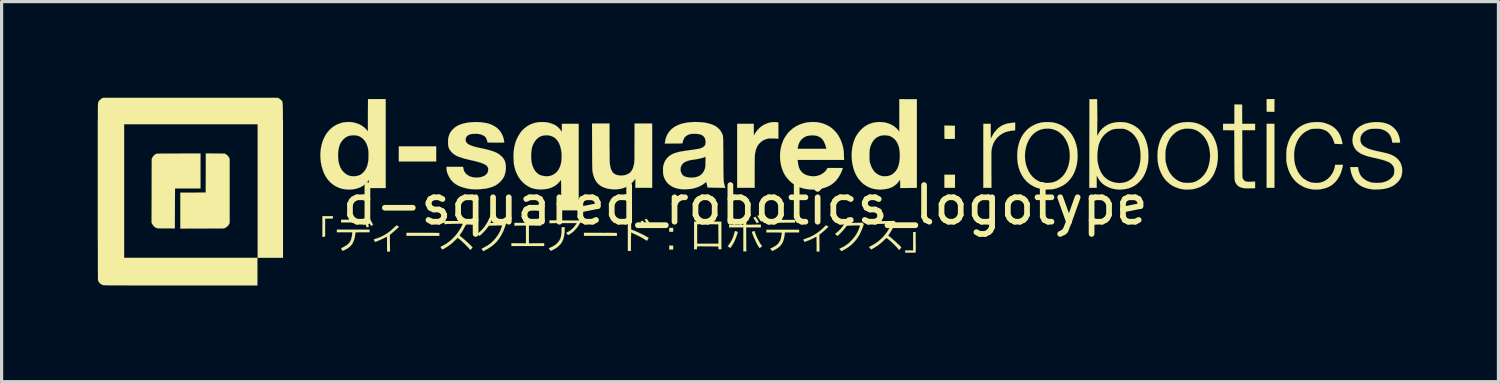
<source format=kicad_pcb>
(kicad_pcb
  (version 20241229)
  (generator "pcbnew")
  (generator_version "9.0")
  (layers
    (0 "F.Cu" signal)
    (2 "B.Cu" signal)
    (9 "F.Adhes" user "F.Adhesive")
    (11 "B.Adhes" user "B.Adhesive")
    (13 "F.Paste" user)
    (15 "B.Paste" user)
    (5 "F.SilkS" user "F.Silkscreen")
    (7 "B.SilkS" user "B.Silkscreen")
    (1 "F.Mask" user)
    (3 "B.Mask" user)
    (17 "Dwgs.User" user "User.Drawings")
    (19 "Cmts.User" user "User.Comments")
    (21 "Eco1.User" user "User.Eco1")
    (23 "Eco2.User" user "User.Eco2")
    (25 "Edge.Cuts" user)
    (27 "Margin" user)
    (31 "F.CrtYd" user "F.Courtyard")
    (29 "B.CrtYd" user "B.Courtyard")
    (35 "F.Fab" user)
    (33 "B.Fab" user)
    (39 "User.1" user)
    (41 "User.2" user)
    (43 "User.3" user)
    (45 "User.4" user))
  (footprint "d-squared_robotics_logotype"
    (layer "F.Cu")
    (at 20.194 3.346)
    (property "Reference" "d-squared_robotics_logotype" (at 0 0 0) (layer "F.SilkS") (effects (font (size 1.143 1.143) (thickness 0.178))))
    (attr through_hole)
    (fp_poly (pts (xy -11.918 0.544) (xy -12.263 0.541) (xy -12.606 0.541) (xy -12.606 0.5) (xy -12.606 0.46) (xy -12.263 0.46) (xy -11.918 0.46) (xy -11.918 0.5) (xy -11.918 0.544)) (stroke (width 0.003) (type solid)) (fill yes) (layer "F.SilkS"))
    (fp_poly (pts (xy -9.639 -1.359) (xy -10.221 -1.359) (xy -10.805 -1.359) (xy -10.805 -1.595) (xy -10.805 -1.831) (xy -10.221 -1.831) (xy -9.639 -1.831) (xy -9.639 -1.595) (xy -9.639 -1.359)) (stroke (width 0.003) (type solid)) (fill yes) (layer "F.SilkS"))
    (fp_poly (pts (xy -9.54 0.96) (xy -10.053 0.96) (xy -10.566 0.96) (xy -10.566 0.914) (xy -10.566 0.866) (xy -10.056 0.866) (xy -9.543 0.869) (xy -9.54 0.914) (xy -9.54 0.96)) (stroke (width 0.003) (type solid)) (fill yes) (layer "F.SilkS"))
    (fp_poly (pts (xy -4 0.96) (xy -4.514 0.96) (xy -5.029 0.96) (xy -5.029 0.914) (xy -5.029 0.866) (xy -4.516 0.866) (xy -4.006 0.869) (xy -4.003 0.914) (xy -4 0.96)) (stroke (width 0.003) (type solid)) (fill yes) (layer "F.SilkS"))
    (fp_poly (pts (xy -2.248 0.833) (xy -2.309 0.833) (xy -2.37 0.833) (xy -2.37 0.772) (xy -2.37 0.711) (xy -2.309 0.711) (xy -2.248 0.711) (xy -2.248 0.772) (xy -2.248 0.833)) (stroke (width 0.003) (type solid)) (fill yes) (layer "F.SilkS"))
    (fp_poly (pts (xy -2.248 1.387) (xy -2.309 1.387) (xy -2.37 1.387) (xy -2.37 1.326) (xy -2.37 1.265) (xy -2.309 1.265) (xy -2.248 1.265) (xy -2.248 1.326) (xy -2.248 1.387)) (stroke (width 0.003) (type solid)) (fill yes) (layer "F.SilkS"))
    (fp_poly (pts (xy 6.543 -0.538) (xy 6.378 -0.538) (xy 6.213 -0.538) (xy 6.213 -0.744) (xy 6.213 -0.947) (xy 6.378 -0.947) (xy 6.543 -0.947) (xy 6.543 -0.744) (xy 6.543 -0.538)) (stroke (width 0.003) (type solid)) (fill yes) (layer "F.SilkS"))
    (fp_poly (pts (xy 16.507 -0.538) (xy 16.386 -0.538) (xy 16.264 -0.538) (xy 16.264 -1.537) (xy 16.264 -2.535) (xy 16.386 -2.535) (xy 16.507 -2.535) (xy 16.507 -1.537) (xy 16.507 -0.538)) (stroke (width 0.003) (type solid)) (fill yes) (layer "F.SilkS"))
    (fp_poly (pts (xy 16.507 -2.908) (xy 16.391 -2.908) (xy 16.35 -2.911) (xy 16.317 -2.911) (xy 16.289 -2.911) (xy 16.271 -2.913) (xy 16.269 -2.913) (xy 16.266 -2.924) (xy 16.266 -2.944) (xy 16.264 -2.974) (xy 16.264 -3.015) (xy 16.264 -3.061) (xy 16.264 -3.111) (xy 16.264 -3.305) (xy 16.386 -3.305) (xy 16.507 -3.305) (xy 16.507 -3.106) (xy 16.507 -2.908)) (stroke (width 0.003) (type solid)) (fill yes) (layer "F.SilkS"))
    (fp_poly (pts (xy 1.56 0.462) (xy 1.557 0.505) (xy 1.554 0.546) (xy 1.171 0.549) (xy 1.079 0.549) (xy 1.003 0.549) (xy 0.937 0.549) (xy 0.886 0.549) (xy 0.846 0.546) (xy 0.815 0.546) (xy 0.798 0.544) (xy 0.787 0.544) (xy 0.785 0.541) (xy 0.785 0.531) (xy 0.785 0.511) (xy 0.785 0.5) (xy 0.787 0.465) (xy 1.173 0.465) (xy 1.56 0.462)) (stroke (width 0.003) (type solid)) (fill yes) (layer "F.SilkS"))
    (fp_poly (pts (xy 6.54 -2.065) (xy 6.383 -2.062) (xy 6.335 -2.062) (xy 6.294 -2.062) (xy 6.259 -2.062) (xy 6.236 -2.065) (xy 6.22 -2.065) (xy 6.218 -2.068) (xy 6.218 -2.075) (xy 6.215 -2.095) (xy 6.215 -2.126) (xy 6.215 -2.167) (xy 6.213 -2.215) (xy 6.213 -2.266) (xy 6.213 -2.276) (xy 6.213 -2.479) (xy 6.378 -2.477) (xy 6.54 -2.474) (xy 6.54 -2.271) (xy 6.54 -2.065)) (stroke (width 0.003) (type solid)) (fill yes) (layer "F.SilkS"))
    (fp_poly (pts (xy -12.857 0.345) (xy -12.86 0.384) (xy -12.863 0.419) (xy -12.982 0.422) (xy -13.104 0.424) (xy -13.104 0.696) (xy -13.104 0.759) (xy -13.104 0.815) (xy -13.104 0.866) (xy -13.104 0.909) (xy -13.104 0.945) (xy -13.106 0.968) (xy -13.106 0.978) (xy -13.114 0.986) (xy -13.134 0.988) (xy -13.147 0.991) (xy -13.188 0.993) (xy -13.188 0.668) (xy -13.188 0.345) (xy -13.023 0.345) (xy -12.857 0.345)) (stroke (width 0.003) (type solid)) (fill yes) (layer "F.SilkS"))
    (fp_poly (pts (xy 5.319 1.354) (xy 5.319 1.394) (xy 5.319 1.425) (xy 5.316 1.443) (xy 5.316 1.445) (xy 5.316 1.486) (xy 5.154 1.486) (xy 4.991 1.486) (xy 4.991 1.45) (xy 4.991 1.415) (xy 5.116 1.415) (xy 5.237 1.415) (xy 5.237 1.128) (xy 5.237 0.841) (xy 5.276 0.841) (xy 5.316 0.841) (xy 5.316 1.123) (xy 5.319 1.186) (xy 5.319 1.247) (xy 5.319 1.303) (xy 5.319 1.354)) (stroke (width 0.003) (type solid)) (fill yes) (layer "F.SilkS"))
    (fp_poly (pts (xy -11.608 0.617) (xy -11.636 0.632) (xy -11.656 0.64) (xy -11.666 0.645) (xy -11.669 0.648) (xy -11.674 0.64) (xy -11.684 0.625) (xy -11.697 0.602) (xy -11.702 0.592) (xy -11.717 0.559) (xy -11.735 0.526) (xy -11.75 0.5) (xy -11.753 0.498) (xy -11.775 0.46) (xy -11.755 0.452) (xy -11.735 0.447) (xy -11.714 0.45) (xy -11.697 0.462) (xy -11.679 0.485) (xy -11.659 0.521) (xy -11.643 0.549) (xy -11.608 0.617)) (stroke (width 0.003) (type solid)) (fill yes) (layer "F.SilkS"))
    (fp_poly (pts (xy -16.081 0.556) (xy -16.096 0.589) (xy -16.129 0.64) (xy -16.17 0.678) (xy -16.21 0.706) (xy -16.259 0.729) (xy -16.939 0.732) (xy -17.62 0.734) (xy -17.62 0.173) (xy -17.62 -0.389) (xy -17.224 -0.389) (xy -16.828 -0.391) (xy -16.825 -1.001) (xy -16.825 -1.61) (xy -16.53 -1.608) (xy -16.238 -1.605) (xy -16.2 -1.585) (xy -16.152 -1.549) (xy -16.114 -1.506) (xy -16.096 -1.473) (xy -16.081 -1.44) (xy -16.081 -0.442) (xy -16.081 0.556)) (stroke (width 0.003) (type solid)) (fill yes) (layer "F.SilkS"))
    (fp_poly (pts (xy -2.954 0.615) (xy -2.962 0.617) (xy -2.977 0.627) (xy -2.987 0.63) (xy -3.015 0.645) (xy -3.035 0.612) (xy -3.048 0.592) (xy -3.066 0.564) (xy -3.086 0.531) (xy -3.096 0.516) (xy -3.139 0.455) (xy -3.106 0.442) (xy -3.086 0.434) (xy -3.071 0.434) (xy -3.068 0.434) (xy -3.056 0.452) (xy -3.04 0.478) (xy -3.02 0.505) (xy -3.002 0.533) (xy -2.985 0.561) (xy -2.969 0.587) (xy -2.959 0.605) (xy -2.954 0.612) (xy -2.954 0.615)) (stroke (width 0.003) (type solid)) (fill yes) (layer "F.SilkS"))
    (fp_poly (pts (xy -6.271 1.278) (xy -6.782 1.278) (xy -7.292 1.278) (xy -7.292 1.234) (xy -7.292 1.189) (xy -7.066 1.191) (xy -6.838 1.194) (xy -6.838 0.914) (xy -6.838 0.638) (xy -7.018 0.64) (xy -7.198 0.643) (xy -7.198 0.599) (xy -7.198 0.556) (xy -6.782 0.556) (xy -6.365 0.556) (xy -6.365 0.599) (xy -6.365 0.643) (xy -6.556 0.64) (xy -6.746 0.638) (xy -6.746 0.917) (xy -6.746 1.194) (xy -6.507 1.191) (xy -6.271 1.189) (xy -6.271 1.234) (xy -6.271 1.278)) (stroke (width 0.003) (type solid)) (fill yes) (layer "F.SilkS"))
    (fp_poly (pts (xy 0.488 0.696) (xy 0.259 0.696) (xy 0.028 0.696) (xy 0.03 1.069) (xy 0.033 1.443) (xy -0.013 1.443) (xy -0.058 1.443) (xy -0.058 1.069) (xy -0.058 0.696) (xy -0.279 0.696) (xy -0.503 0.696) (xy -0.503 0.653) (xy -0.503 0.612) (xy -0.279 0.615) (xy -0.058 0.62) (xy -0.058 0.511) (xy -0.058 0.401) (xy -0.01 0.401) (xy 0.038 0.401) (xy 0.036 0.508) (xy 0.033 0.615) (xy 0.259 0.612) (xy 0.488 0.612) (xy 0.488 0.655) (xy 0.488 0.696)) (stroke (width 0.003) (type solid)) (fill yes) (layer "F.SilkS"))
    (fp_poly (pts (xy -11.737 0.668) (xy -11.745 0.673) (xy -11.76 0.681) (xy -11.768 0.686) (xy -11.788 0.693) (xy -11.798 0.696) (xy -11.801 0.693) (xy -11.803 0.691) (xy -11.806 0.683) (xy -11.814 0.665) (xy -11.829 0.64) (xy -11.844 0.61) (xy -11.849 0.602) (xy -11.895 0.516) (xy -11.869 0.505) (xy -11.852 0.498) (xy -11.839 0.495) (xy -11.836 0.495) (xy -11.829 0.5) (xy -11.816 0.518) (xy -11.801 0.541) (xy -11.786 0.569) (xy -11.77 0.597) (xy -11.755 0.625) (xy -11.745 0.648) (xy -11.737 0.663) (xy -11.737 0.668)) (stroke (width 0.003) (type solid)) (fill yes) (layer "F.SilkS"))
    (fp_poly (pts (xy 0.419 0.526) (xy 0.419 0.533) (xy 0.404 0.544) (xy 0.391 0.551) (xy 0.361 0.566) (xy 0.33 0.516) (xy 0.312 0.485) (xy 0.295 0.457) (xy 0.279 0.434) (xy 0.267 0.414) (xy 0.259 0.401) (xy 0.259 0.396) (xy 0.264 0.391) (xy 0.279 0.384) (xy 0.284 0.381) (xy 0.305 0.373) (xy 0.315 0.368) (xy 0.318 0.368) (xy 0.323 0.373) (xy 0.333 0.386) (xy 0.348 0.409) (xy 0.366 0.434) (xy 0.381 0.46) (xy 0.399 0.485) (xy 0.411 0.508) (xy 0.419 0.521) (xy 0.419 0.526)) (stroke (width 0.003) (type solid)) (fill yes) (layer "F.SilkS"))
    (fp_poly (pts (xy -0.744 0.518) (xy -0.744 0.947) (xy -0.744 1.377) (xy -0.79 1.377) (xy -0.833 1.379) (xy -0.833 1.372) (xy -0.833 1.206) (xy -0.836 0.904) (xy -0.838 0.599) (xy -1.168 0.597) (xy -1.501 0.597) (xy -1.501 0.902) (xy -1.501 1.206) (xy -1.168 1.206) (xy -0.833 1.206) (xy -0.833 1.372) (xy -0.836 1.333) (xy -0.838 1.29) (xy -1.168 1.288) (xy -1.501 1.285) (xy -1.504 1.331) (xy -1.506 1.377) (xy -1.549 1.377) (xy -1.595 1.379) (xy -1.595 0.947) (xy -1.595 0.518) (xy -1.168 0.518) (xy -0.744 0.518)) (stroke (width 0.003) (type solid)) (fill yes) (layer "F.SilkS"))
    (fp_poly (pts (xy 0.551 0.485) (xy 0.541 0.493) (xy 0.523 0.5) (xy 0.505 0.508) (xy 0.495 0.511) (xy 0.493 0.511) (xy 0.488 0.503) (xy 0.475 0.488) (xy 0.46 0.465) (xy 0.447 0.447) (xy 0.429 0.417) (xy 0.414 0.391) (xy 0.399 0.368) (xy 0.394 0.361) (xy 0.378 0.338) (xy 0.399 0.33) (xy 0.419 0.325) (xy 0.434 0.325) (xy 0.452 0.335) (xy 0.457 0.335) (xy 0.47 0.351) (xy 0.49 0.376) (xy 0.513 0.409) (xy 0.516 0.417) (xy 0.531 0.445) (xy 0.544 0.465) (xy 0.551 0.48) (xy 0.551 0.485)) (stroke (width 0.003) (type solid)) (fill yes) (layer "F.SilkS"))
    (fp_poly (pts (xy -3.081 0.663) (xy -3.089 0.671) (xy -3.101 0.681) (xy -3.119 0.691) (xy -3.134 0.696) (xy -3.137 0.696) (xy -3.145 0.691) (xy -3.155 0.676) (xy -3.172 0.65) (xy -3.19 0.622) (xy -3.2 0.61) (xy -3.221 0.577) (xy -3.239 0.549) (xy -3.251 0.528) (xy -3.256 0.516) (xy -3.259 0.513) (xy -3.251 0.508) (xy -3.236 0.498) (xy -3.231 0.498) (xy -3.213 0.49) (xy -3.2 0.49) (xy -3.193 0.495) (xy -3.183 0.505) (xy -3.17 0.526) (xy -3.152 0.549) (xy -3.134 0.577) (xy -3.117 0.605) (xy -3.099 0.63) (xy -3.089 0.65) (xy -3.081 0.663)) (stroke (width 0.003) (type solid)) (fill yes) (layer "F.SilkS"))
    (fp_poly (pts (xy -5.631 0.754) (xy -5.636 0.861) (xy -5.649 0.958) (xy -5.669 1.044) (xy -5.7 1.123) (xy -5.74 1.191) (xy -5.789 1.25) (xy -5.837 1.295) (xy -5.872 1.323) (xy -5.918 1.351) (xy -5.969 1.382) (xy -6.015 1.405) (xy -6.035 1.415) (xy -6.068 1.427) (xy -6.099 1.387) (xy -6.126 1.346) (xy -6.076 1.326) (xy -5.999 1.29) (xy -5.931 1.247) (xy -5.867 1.194) (xy -5.865 1.189) (xy -5.824 1.146) (xy -5.794 1.1) (xy -5.768 1.052) (xy -5.751 0.998) (xy -5.738 0.937) (xy -5.73 0.866) (xy -5.728 0.803) (xy -5.723 0.691) (xy -5.677 0.691) (xy -5.631 0.691) (xy -5.631 0.754)) (stroke (width 0.003) (type solid)) (fill yes) (layer "F.SilkS"))
    (fp_poly (pts (xy -0.234 0.843) (xy -0.234 0.853) (xy -0.244 0.886) (xy -0.257 0.925) (xy -0.272 0.973) (xy -0.29 1.019) (xy -0.307 1.064) (xy -0.325 1.105) (xy -0.33 1.12) (xy -0.345 1.148) (xy -0.363 1.181) (xy -0.384 1.217) (xy -0.404 1.25) (xy -0.424 1.283) (xy -0.442 1.308) (xy -0.455 1.326) (xy -0.465 1.336) (xy -0.472 1.331) (xy -0.49 1.321) (xy -0.508 1.311) (xy -0.546 1.285) (xy -0.5 1.227) (xy -0.447 1.146) (xy -0.399 1.054) (xy -0.361 0.955) (xy -0.335 0.864) (xy -0.328 0.838) (xy -0.323 0.82) (xy -0.32 0.813) (xy -0.31 0.813) (xy -0.292 0.818) (xy -0.272 0.823) (xy -0.249 0.831) (xy -0.236 0.836) (xy -0.234 0.843)) (stroke (width 0.003) (type solid)) (fill yes) (layer "F.SilkS"))
    (fp_poly (pts (xy 0.523 1.285) (xy 0.518 1.29) (xy 0.503 1.303) (xy 0.485 1.316) (xy 0.447 1.341) (xy 0.409 1.283) (xy 0.391 1.255) (xy 0.371 1.217) (xy 0.348 1.173) (xy 0.328 1.135) (xy 0.328 1.13) (xy 0.312 1.097) (xy 0.295 1.059) (xy 0.277 1.019) (xy 0.259 0.978) (xy 0.244 0.937) (xy 0.231 0.902) (xy 0.218 0.871) (xy 0.213 0.848) (xy 0.211 0.836) (xy 0.218 0.833) (xy 0.234 0.828) (xy 0.254 0.82) (xy 0.274 0.815) (xy 0.287 0.813) (xy 0.292 0.813) (xy 0.295 0.82) (xy 0.3 0.838) (xy 0.307 0.864) (xy 0.318 0.894) (xy 0.34 0.953) (xy 0.368 1.016) (xy 0.399 1.079) (xy 0.432 1.14) (xy 0.462 1.194) (xy 0.48 1.219) (xy 0.498 1.245) (xy 0.513 1.265) (xy 0.523 1.28) (xy 0.523 1.285)) (stroke (width 0.003) (type solid)) (fill yes) (layer "F.SilkS"))
    (fp_poly (pts (xy -11.717 0.848) (xy -11.938 0.848) (xy -12.156 0.851) (xy -12.167 0.927) (xy -12.182 1.019) (xy -12.205 1.1) (xy -12.235 1.171) (xy -12.273 1.234) (xy -12.322 1.288) (xy -12.38 1.336) (xy -12.451 1.379) (xy -12.512 1.41) (xy -12.558 1.43) (xy -12.583 1.389) (xy -12.596 1.369) (xy -12.603 1.354) (xy -12.606 1.349) (xy -12.598 1.344) (xy -12.581 1.336) (xy -12.555 1.323) (xy -12.525 1.308) (xy -12.52 1.306) (xy -12.454 1.267) (xy -12.398 1.227) (xy -12.352 1.181) (xy -12.316 1.128) (xy -12.291 1.067) (xy -12.273 0.993) (xy -12.266 0.958) (xy -12.261 0.925) (xy -12.258 0.897) (xy -12.255 0.876) (xy -12.255 0.871) (xy -12.255 0.848) (xy -12.497 0.848) (xy -12.736 0.848) (xy -12.736 0.805) (xy -12.736 0.765) (xy -12.228 0.765) (xy -11.717 0.765) (xy -11.717 0.805) (xy -11.717 0.848)) (stroke (width 0.003) (type solid)) (fill yes) (layer "F.SilkS"))
    (fp_poly (pts (xy -3.012 1.024) (xy -3.038 1.067) (xy -3.051 1.09) (xy -3.058 1.105) (xy -3.063 1.113) (xy -3.071 1.11) (xy -3.086 1.1) (xy -3.109 1.087) (xy -3.132 1.072) (xy -3.208 1.026) (xy -3.292 0.98) (xy -3.383 0.935) (xy -3.462 0.899) (xy -3.495 0.884) (xy -3.523 0.869) (xy -3.546 0.861) (xy -3.559 0.856) (xy -3.561 0.853) (xy -3.561 0.861) (xy -3.561 0.881) (xy -3.561 0.912) (xy -3.561 0.953) (xy -3.564 1.003) (xy -3.564 1.059) (xy -3.564 1.12) (xy -3.564 1.143) (xy -3.564 1.43) (xy -3.612 1.43) (xy -3.66 1.43) (xy -3.66 0.917) (xy -3.66 0.401) (xy -3.612 0.401) (xy -3.564 0.401) (xy -3.561 0.582) (xy -3.559 0.762) (xy -3.487 0.79) (xy -3.421 0.815) (xy -3.348 0.848) (xy -3.272 0.884) (xy -3.193 0.922) (xy -3.122 0.96) (xy -3.058 0.996) (xy -3.033 1.011) (xy -3.012 1.024)) (stroke (width 0.003) (type solid)) (fill yes) (layer "F.SilkS"))
    (fp_poly (pts (xy -16.99 -0.518) (xy -17.389 -0.518) (xy -17.785 -0.518) (xy -17.788 0.107) (xy -17.79 0.729) (xy -18.026 0.729) (xy -18.087 0.729) (xy -18.143 0.729) (xy -18.197 0.729) (xy -18.24 0.729) (xy -18.278 0.726) (xy -18.303 0.726) (xy -18.311 0.726) (xy -18.367 0.714) (xy -18.415 0.688) (xy -18.456 0.65) (xy -18.489 0.602) (xy -18.494 0.592) (xy -18.517 0.549) (xy -18.514 -0.445) (xy -18.512 -1.438) (xy -18.494 -1.476) (xy -18.468 -1.519) (xy -18.435 -1.554) (xy -18.395 -1.585) (xy -18.385 -1.59) (xy -18.377 -1.593) (xy -18.372 -1.595) (xy -18.364 -1.598) (xy -18.357 -1.598) (xy -18.344 -1.6) (xy -18.329 -1.603) (xy -18.308 -1.603) (xy -18.28 -1.603) (xy -18.25 -1.605) (xy -18.209 -1.605) (xy -18.161 -1.605) (xy -18.103 -1.605) (xy -18.037 -1.605) (xy -17.958 -1.608) (xy -17.869 -1.608) (xy -17.765 -1.608) (xy -17.671 -1.608) (xy -16.99 -1.61) (xy -16.99 -1.064) (xy -16.99 -0.518)) (stroke (width 0.003) (type solid)) (fill yes) (layer "F.SilkS"))
    (fp_poly (pts (xy -5.138 0.526) (xy -5.161 0.574) (xy -5.202 0.643) (xy -5.25 0.709) (xy -5.306 0.772) (xy -5.364 0.831) (xy -5.42 0.874) (xy -5.443 0.889) (xy -5.469 0.904) (xy -5.494 0.919) (xy -5.514 0.93) (xy -5.524 0.935) (xy -5.527 0.935) (xy -5.532 0.93) (xy -5.542 0.917) (xy -5.555 0.902) (xy -5.57 0.884) (xy -5.578 0.871) (xy -5.58 0.866) (xy -5.575 0.861) (xy -5.56 0.853) (xy -5.542 0.846) (xy -5.484 0.813) (xy -5.425 0.77) (xy -5.367 0.716) (xy -5.364 0.714) (xy -5.344 0.688) (xy -5.321 0.66) (xy -5.298 0.632) (xy -5.281 0.605) (xy -5.265 0.584) (xy -5.258 0.569) (xy -5.258 0.566) (xy -5.265 0.564) (xy -5.286 0.564) (xy -5.319 0.561) (xy -5.364 0.561) (xy -5.42 0.561) (xy -5.486 0.561) (xy -5.56 0.561) (xy -5.644 0.561) (xy -5.682 0.561) (xy -6.106 0.564) (xy -6.106 0.521) (xy -6.106 0.478) (xy -5.646 0.48) (xy -5.184 0.48) (xy -5.161 0.503) (xy -5.138 0.526)) (stroke (width 0.003) (type solid)) (fill yes) (layer "F.SilkS"))
    (fp_poly (pts (xy 1.681 0.853) (xy 1.458 0.853) (xy 1.237 0.853) (xy 1.229 0.925) (xy 1.214 1.016) (xy 1.194 1.097) (xy 1.166 1.166) (xy 1.13 1.227) (xy 1.087 1.28) (xy 1.031 1.328) (xy 0.965 1.372) (xy 0.899 1.407) (xy 0.841 1.435) (xy 0.813 1.397) (xy 0.798 1.377) (xy 0.787 1.361) (xy 0.785 1.354) (xy 0.792 1.351) (xy 0.808 1.344) (xy 0.833 1.333) (xy 0.838 1.331) (xy 0.914 1.293) (xy 0.978 1.25) (xy 1.029 1.201) (xy 1.069 1.143) (xy 1.102 1.079) (xy 1.102 1.074) (xy 1.11 1.052) (xy 1.118 1.024) (xy 1.123 0.991) (xy 1.13 0.955) (xy 1.135 0.922) (xy 1.14 0.892) (xy 1.14 0.871) (xy 1.14 0.859) (xy 1.133 0.856) (xy 1.113 0.856) (xy 1.079 0.856) (xy 1.039 0.856) (xy 0.991 0.853) (xy 0.937 0.853) (xy 0.899 0.853) (xy 0.66 0.853) (xy 0.66 0.813) (xy 0.66 0.772) (xy 1.171 0.772) (xy 1.681 0.772) (xy 1.681 0.813) (xy 1.681 0.853)) (stroke (width 0.003) (type solid)) (fill yes) (layer "F.SilkS"))
    (fp_poly (pts (xy 2.593 0.678) (xy 2.545 0.726) (xy 2.507 0.762) (xy 2.459 0.803) (xy 2.413 0.843) (xy 2.367 0.881) (xy 2.347 0.899) (xy 2.311 0.927) (xy 2.314 1.189) (xy 2.316 1.45) (xy 2.271 1.45) (xy 2.228 1.45) (xy 2.228 1.217) (xy 2.228 1.161) (xy 2.225 1.11) (xy 2.225 1.064) (xy 2.225 1.029) (xy 2.223 1.003) (xy 2.223 0.988) (xy 2.22 0.986) (xy 2.212 0.988) (xy 2.195 0.998) (xy 2.169 1.011) (xy 2.136 1.029) (xy 2.129 1.031) (xy 2.088 1.054) (xy 2.052 1.069) (xy 2.019 1.085) (xy 1.984 1.1) (xy 1.941 1.115) (xy 1.91 1.128) (xy 1.854 1.148) (xy 1.834 1.12) (xy 1.824 1.1) (xy 1.816 1.087) (xy 1.814 1.082) (xy 1.819 1.074) (xy 1.836 1.067) (xy 1.867 1.054) (xy 1.885 1.049) (xy 2.009 1.003) (xy 2.126 0.945) (xy 2.238 0.876) (xy 2.344 0.795) (xy 2.441 0.709) (xy 2.471 0.678) (xy 2.494 0.655) (xy 2.512 0.643) (xy 2.527 0.638) (xy 2.537 0.638) (xy 2.553 0.645) (xy 2.568 0.658) (xy 2.576 0.663) (xy 2.593 0.678)) (stroke (width 0.003) (type solid)) (fill yes) (layer "F.SilkS"))
    (fp_poly (pts (xy -10.803 0.681) (xy -10.866 0.739) (xy -10.897 0.767) (xy -10.935 0.803) (xy -10.975 0.836) (xy -11.008 0.864) (xy -11.085 0.93) (xy -11.082 1.191) (xy -11.079 1.45) (xy -11.125 1.45) (xy -11.171 1.45) (xy -11.171 1.217) (xy -11.171 1.161) (xy -11.171 1.11) (xy -11.171 1.064) (xy -11.173 1.029) (xy -11.173 1.003) (xy -11.176 0.988) (xy -11.176 0.986) (xy -11.184 0.988) (xy -11.201 0.998) (xy -11.229 1.011) (xy -11.26 1.029) (xy -11.275 1.036) (xy -11.306 1.049) (xy -11.341 1.067) (xy -11.379 1.085) (xy -11.417 1.1) (xy -11.455 1.115) (xy -11.488 1.13) (xy -11.516 1.14) (xy -11.537 1.146) (xy -11.547 1.148) (xy -11.554 1.135) (xy -11.565 1.115) (xy -11.575 1.097) (xy -11.582 1.082) (xy -11.585 1.074) (xy -11.58 1.072) (xy -11.56 1.064) (xy -11.534 1.054) (xy -11.501 1.044) (xy -11.496 1.044) (xy -11.377 0.998) (xy -11.265 0.942) (xy -11.158 0.876) (xy -11.057 0.8) (xy -10.96 0.711) (xy -10.927 0.681) (xy -10.904 0.658) (xy -10.886 0.645) (xy -10.871 0.638) (xy -10.861 0.638) (xy -10.848 0.645) (xy -10.833 0.655) (xy -10.823 0.663) (xy -10.803 0.681)) (stroke (width 0.003) (type solid)) (fill yes) (layer "F.SilkS"))
    (fp_poly (pts (xy 1.034 -2.065) (xy 0.996 -2.07) (xy 0.975 -2.073) (xy 0.945 -2.075) (xy 0.907 -2.078) (xy 0.864 -2.078) (xy 0.843 -2.078) (xy 0.795 -2.078) (xy 0.759 -2.078) (xy 0.729 -2.075) (xy 0.704 -2.07) (xy 0.678 -2.065) (xy 0.673 -2.062) (xy 0.612 -2.042) (xy 0.559 -2.017) (xy 0.511 -1.986) (xy 0.462 -1.943) (xy 0.414 -1.887) (xy 0.373 -1.824) (xy 0.343 -1.753) (xy 0.32 -1.674) (xy 0.305 -1.582) (xy 0.302 -1.552) (xy 0.3 -1.532) (xy 0.3 -1.499) (xy 0.297 -1.453) (xy 0.297 -1.397) (xy 0.297 -1.333) (xy 0.295 -1.262) (xy 0.295 -1.184) (xy 0.295 -1.102) (xy 0.295 -1.019) (xy 0.295 -1.008) (xy 0.295 -0.538) (xy 0.02 -0.538) (xy -0.251 -0.538) (xy -0.251 -1.537) (xy -0.251 -2.535) (xy 0.008 -2.535) (xy 0.267 -2.535) (xy 0.267 -2.352) (xy 0.269 -2.167) (xy 0.305 -2.23) (xy 0.335 -2.276) (xy 0.373 -2.327) (xy 0.419 -2.377) (xy 0.465 -2.421) (xy 0.495 -2.446) (xy 0.577 -2.499) (xy 0.663 -2.54) (xy 0.752 -2.57) (xy 0.846 -2.586) (xy 0.94 -2.588) (xy 0.993 -2.583) (xy 1.034 -2.578) (xy 1.034 -2.322) (xy 1.034 -2.065)) (stroke (width 0.003) (type solid)) (fill yes) (layer "F.SilkS"))
    (fp_poly (pts (xy 8.42 -2.4) (xy 8.418 -2.367) (xy 8.418 -2.344) (xy 8.415 -2.332) (xy 8.412 -2.324) (xy 8.41 -2.322) (xy 8.407 -2.324) (xy 8.395 -2.324) (xy 8.374 -2.324) (xy 8.344 -2.322) (xy 8.319 -2.322) (xy 8.217 -2.304) (xy 8.12 -2.276) (xy 8.031 -2.235) (xy 7.95 -2.182) (xy 7.877 -2.121) (xy 7.813 -2.045) (xy 7.793 -2.017) (xy 7.755 -1.953) (xy 7.727 -1.887) (xy 7.704 -1.814) (xy 7.694 -1.768) (xy 7.691 -1.753) (xy 7.689 -1.74) (xy 7.686 -1.727) (xy 7.684 -1.709) (xy 7.681 -1.694) (xy 7.681 -1.671) (xy 7.681 -1.646) (xy 7.678 -1.613) (xy 7.678 -1.575) (xy 7.678 -1.529) (xy 7.678 -1.473) (xy 7.678 -1.41) (xy 7.678 -1.333) (xy 7.678 -1.245) (xy 7.678 -1.143) (xy 7.678 -1.115) (xy 7.681 -0.538) (xy 7.554 -0.538) (xy 7.427 -0.538) (xy 7.427 -1.537) (xy 7.427 -2.535) (xy 7.544 -2.535) (xy 7.658 -2.535) (xy 7.658 -2.301) (xy 7.658 -2.065) (xy 7.684 -2.118) (xy 7.722 -2.189) (xy 7.767 -2.261) (xy 7.821 -2.324) (xy 7.874 -2.383) (xy 7.927 -2.428) (xy 7.993 -2.471) (xy 8.065 -2.507) (xy 8.143 -2.535) (xy 8.23 -2.553) (xy 8.324 -2.565) (xy 8.352 -2.568) (xy 8.42 -2.573) (xy 8.42 -2.446) (xy 8.42 -2.4)) (stroke (width 0.003) (type solid)) (fill yes) (layer "F.SilkS"))
    (fp_poly (pts (xy 15.903 -0.526) (xy 15.862 -0.526) (xy 15.839 -0.523) (xy 15.804 -0.523) (xy 15.766 -0.523) (xy 15.725 -0.521) (xy 15.723 -0.521) (xy 15.682 -0.521) (xy 15.641 -0.521) (xy 15.606 -0.523) (xy 15.578 -0.523) (xy 15.502 -0.538) (xy 15.438 -0.559) (xy 15.385 -0.587) (xy 15.342 -0.625) (xy 15.309 -0.671) (xy 15.281 -0.729) (xy 15.273 -0.752) (xy 15.273 -0.759) (xy 15.27 -0.77) (xy 15.268 -0.78) (xy 15.268 -0.795) (xy 15.265 -0.815) (xy 15.265 -0.838) (xy 15.263 -0.869) (xy 15.263 -0.904) (xy 15.263 -0.947) (xy 15.26 -1.001) (xy 15.26 -1.062) (xy 15.26 -1.133) (xy 15.26 -1.214) (xy 15.258 -1.308) (xy 15.258 -1.415) (xy 15.258 -1.534) (xy 15.258 -1.562) (xy 15.255 -2.332) (xy 15.08 -2.334) (xy 14.905 -2.334) (xy 14.905 -2.436) (xy 14.905 -2.535) (xy 15.083 -2.535) (xy 15.258 -2.535) (xy 15.258 -2.837) (xy 15.258 -3.139) (xy 15.377 -3.137) (xy 15.499 -3.134) (xy 15.499 -2.835) (xy 15.502 -2.535) (xy 15.702 -2.535) (xy 15.903 -2.535) (xy 15.903 -2.436) (xy 15.903 -2.334) (xy 15.702 -2.334) (xy 15.502 -2.334) (xy 15.504 -1.598) (xy 15.507 -0.859) (xy 15.527 -0.815) (xy 15.545 -0.787) (xy 15.563 -0.765) (xy 15.588 -0.749) (xy 15.616 -0.737) (xy 15.654 -0.729) (xy 15.702 -0.726) (xy 15.763 -0.726) (xy 15.791 -0.729) (xy 15.903 -0.732) (xy 15.903 -0.627) (xy 15.903 -0.526)) (stroke (width 0.003) (type solid)) (fill yes) (layer "F.SilkS"))
    (fp_poly (pts (xy -8.504 1.321) (xy -8.537 1.361) (xy -8.555 1.379) (xy -8.567 1.394) (xy -8.572 1.4) (xy -8.578 1.394) (xy -8.588 1.382) (xy -8.606 1.361) (xy -8.611 1.356) (xy -8.633 1.331) (xy -8.666 1.295) (xy -8.705 1.257) (xy -8.748 1.214) (xy -8.791 1.173) (xy -8.834 1.133) (xy -8.872 1.097) (xy -8.9 1.074) (xy -8.966 1.019) (xy -9.05 1.1) (xy -9.139 1.184) (xy -9.233 1.257) (xy -9.329 1.321) (xy -9.34 1.326) (xy -9.38 1.351) (xy -9.411 1.369) (xy -9.431 1.379) (xy -9.444 1.382) (xy -9.451 1.382) (xy -9.454 1.382) (xy -9.469 1.361) (xy -9.484 1.341) (xy -9.497 1.323) (xy -9.502 1.311) (xy -9.505 1.311) (xy -9.497 1.303) (xy -9.482 1.293) (xy -9.459 1.28) (xy -9.444 1.275) (xy -9.342 1.219) (xy -9.243 1.148) (xy -9.149 1.069) (xy -9.06 0.978) (xy -8.979 0.881) (xy -8.908 0.777) (xy -8.847 0.671) (xy -8.824 0.622) (xy -8.806 0.579) (xy -9.06 0.584) (xy -9.121 0.584) (xy -9.177 0.587) (xy -9.23 0.589) (xy -9.276 0.589) (xy -9.312 0.592) (xy -9.337 0.592) (xy -9.347 0.594) (xy -9.383 0.597) (xy -9.383 0.549) (xy -9.383 0.498) (xy -9.053 0.498) (xy -8.722 0.498) (xy -8.705 0.516) (xy -8.692 0.531) (xy -8.684 0.544) (xy -8.689 0.556) (xy -8.697 0.577) (xy -8.712 0.607) (xy -8.73 0.645) (xy -8.753 0.683) (xy -8.773 0.726) (xy -8.796 0.767) (xy -8.819 0.808) (xy -8.839 0.841) (xy -8.857 0.869) (xy -8.86 0.871) (xy -8.913 0.95) (xy -8.854 0.998) (xy -8.796 1.046) (xy -8.733 1.1) (xy -8.669 1.158) (xy -8.611 1.214) (xy -8.57 1.252) (xy -8.504 1.321)) (stroke (width 0.003) (type solid)) (fill yes) (layer "F.SilkS"))
    (fp_poly (pts (xy -7.465 0.592) (xy -7.468 0.599) (xy -7.473 0.617) (xy -7.48 0.643) (xy -7.493 0.676) (xy -7.506 0.709) (xy -7.518 0.744) (xy -7.531 0.777) (xy -7.541 0.805) (xy -7.6 0.922) (xy -7.666 1.031) (xy -7.739 1.128) (xy -7.823 1.214) (xy -7.917 1.29) (xy -8.021 1.359) (xy -8.082 1.392) (xy -8.166 1.438) (xy -8.197 1.4) (xy -8.212 1.379) (xy -8.219 1.364) (xy -8.219 1.359) (xy -8.209 1.354) (xy -8.191 1.346) (xy -8.164 1.333) (xy -8.146 1.323) (xy -8.044 1.267) (xy -7.948 1.199) (xy -7.861 1.12) (xy -7.78 1.029) (xy -7.711 0.932) (xy -7.653 0.831) (xy -7.645 0.813) (xy -7.633 0.787) (xy -7.623 0.757) (xy -7.61 0.724) (xy -7.597 0.693) (xy -7.59 0.665) (xy -7.582 0.645) (xy -7.579 0.635) (xy -7.582 0.635) (xy -7.587 0.635) (xy -7.607 0.635) (xy -7.638 0.635) (xy -7.678 0.635) (xy -7.724 0.635) (xy -7.777 0.638) (xy -7.79 0.638) (xy -7.996 0.643) (xy -8.039 0.701) (xy -8.075 0.747) (xy -8.115 0.795) (xy -8.161 0.843) (xy -8.207 0.892) (xy -8.247 0.927) (xy -8.291 0.965) (xy -8.324 0.932) (xy -8.339 0.917) (xy -8.352 0.904) (xy -8.354 0.899) (xy -8.349 0.892) (xy -8.334 0.879) (xy -8.313 0.864) (xy -8.306 0.859) (xy -8.245 0.805) (xy -8.184 0.742) (xy -8.125 0.668) (xy -8.072 0.589) (xy -8.026 0.508) (xy -7.988 0.427) (xy -7.983 0.414) (xy -7.978 0.396) (xy -7.971 0.386) (xy -7.96 0.384) (xy -7.945 0.384) (xy -7.922 0.389) (xy -7.899 0.396) (xy -7.874 0.404) (xy -7.912 0.483) (xy -7.953 0.561) (xy -7.734 0.556) (xy -7.516 0.551) (xy -7.493 0.572) (xy -7.478 0.584) (xy -7.468 0.592) (xy -7.465 0.592)) (stroke (width 0.003) (type solid)) (fill yes) (layer "F.SilkS"))
    (fp_poly (pts (xy 4.869 1.326) (xy 4.834 1.364) (xy 4.801 1.402) (xy 4.742 1.333) (xy 4.694 1.28) (xy 4.636 1.222) (xy 4.575 1.163) (xy 4.511 1.105) (xy 4.448 1.054) (xy 4.417 1.029) (xy 4.412 1.026) (xy 4.404 1.029) (xy 4.392 1.039) (xy 4.374 1.054) (xy 4.348 1.077) (xy 4.328 1.097) (xy 4.293 1.133) (xy 4.252 1.168) (xy 4.209 1.204) (xy 4.173 1.232) (xy 4.171 1.234) (xy 4.14 1.257) (xy 4.102 1.28) (xy 4.064 1.306) (xy 4.026 1.331) (xy 3.99 1.351) (xy 3.962 1.369) (xy 3.94 1.382) (xy 3.934 1.382) (xy 3.924 1.382) (xy 3.912 1.367) (xy 3.894 1.346) (xy 3.863 1.308) (xy 3.922 1.278) (xy 4.044 1.209) (xy 4.155 1.13) (xy 4.257 1.039) (xy 4.351 0.937) (xy 4.432 0.828) (xy 4.506 0.706) (xy 4.524 0.673) (xy 4.536 0.643) (xy 4.549 0.617) (xy 4.559 0.597) (xy 4.562 0.587) (xy 4.557 0.587) (xy 4.547 0.584) (xy 4.526 0.582) (xy 4.498 0.582) (xy 4.458 0.582) (xy 4.404 0.582) (xy 4.341 0.584) (xy 4.305 0.584) (xy 4.244 0.587) (xy 4.186 0.587) (xy 4.135 0.589) (xy 4.092 0.589) (xy 4.056 0.592) (xy 4.031 0.592) (xy 4.021 0.594) (xy 3.993 0.597) (xy 3.993 0.551) (xy 3.993 0.505) (xy 4.323 0.5) (xy 4.651 0.495) (xy 4.671 0.516) (xy 4.691 0.536) (xy 4.658 0.612) (xy 4.587 0.749) (xy 4.508 0.879) (xy 4.506 0.884) (xy 4.458 0.95) (xy 4.483 0.97) (xy 4.516 0.996) (xy 4.554 1.026) (xy 4.595 1.062) (xy 4.638 1.1) (xy 4.684 1.138) (xy 4.724 1.179) (xy 4.765 1.214) (xy 4.801 1.247) (xy 4.829 1.275) (xy 4.846 1.295) (xy 4.854 1.306) (xy 4.869 1.326)) (stroke (width 0.003) (type solid)) (fill yes) (layer "F.SilkS"))
    (fp_poly (pts (xy -2.903 -0.538) (xy -3.165 -0.538) (xy -3.426 -0.538) (xy -3.426 -0.681) (xy -3.426 -0.823) (xy -3.457 -0.78) (xy -3.513 -0.716) (xy -3.576 -0.655) (xy -3.647 -0.602) (xy -3.724 -0.561) (xy -3.731 -0.556) (xy -3.818 -0.523) (xy -3.912 -0.503) (xy -4.011 -0.49) (xy -4.12 -0.49) (xy -4.199 -0.498) (xy -4.288 -0.511) (xy -4.371 -0.536) (xy -4.45 -0.566) (xy -4.516 -0.605) (xy -4.524 -0.61) (xy -4.58 -0.655) (xy -4.628 -0.706) (xy -4.666 -0.765) (xy -4.702 -0.831) (xy -4.729 -0.907) (xy -4.752 -0.996) (xy -4.76 -1.039) (xy -4.763 -1.049) (xy -4.765 -1.064) (xy -4.765 -1.082) (xy -4.768 -1.102) (xy -4.768 -1.13) (xy -4.77 -1.163) (xy -4.77 -1.206) (xy -4.77 -1.255) (xy -4.773 -1.313) (xy -4.773 -1.379) (xy -4.773 -1.458) (xy -4.773 -1.547) (xy -4.775 -1.648) (xy -4.775 -1.763) (xy -4.775 -1.819) (xy -4.778 -2.543) (xy -4.503 -2.543) (xy -4.232 -2.543) (xy -4.232 -1.958) (xy -4.232 -1.857) (xy -4.232 -1.758) (xy -4.229 -1.666) (xy -4.229 -1.582) (xy -4.229 -1.509) (xy -4.229 -1.443) (xy -4.227 -1.387) (xy -4.227 -1.344) (xy -4.224 -1.311) (xy -4.224 -1.298) (xy -4.211 -1.209) (xy -4.191 -1.133) (xy -4.163 -1.069) (xy -4.13 -1.016) (xy -4.087 -0.978) (xy -4.036 -0.95) (xy -4.034 -0.947) (xy -3.97 -0.932) (xy -3.901 -0.922) (xy -3.83 -0.922) (xy -3.762 -0.932) (xy -3.736 -0.937) (xy -3.673 -0.963) (xy -3.617 -0.993) (xy -3.571 -1.034) (xy -3.536 -1.082) (xy -3.505 -1.143) (xy -3.482 -1.214) (xy -3.465 -1.298) (xy -3.462 -1.323) (xy -3.459 -1.344) (xy -3.457 -1.377) (xy -3.457 -1.422) (xy -3.454 -1.483) (xy -3.454 -1.557) (xy -3.454 -1.643) (xy -3.454 -1.745) (xy -3.454 -1.859) (xy -3.452 -1.963) (xy -3.452 -2.543) (xy -3.178 -2.543) (xy -2.903 -2.543) (xy -2.903 -1.542) (xy -2.903 -0.538)) (stroke (width 0.003) (type solid)) (fill yes) (layer "F.SilkS"))
    (fp_poly (pts (xy 3.698 0.597) (xy 3.67 0.681) (xy 3.617 0.813) (xy 3.559 0.935) (xy 3.487 1.044) (xy 3.409 1.143) (xy 3.322 1.229) (xy 3.226 1.306) (xy 3.213 1.316) (xy 3.193 1.328) (xy 3.167 1.344) (xy 3.137 1.361) (xy 3.104 1.382) (xy 3.071 1.4) (xy 3.043 1.415) (xy 3.02 1.427) (xy 3.005 1.435) (xy 3.002 1.438) (xy 2.997 1.433) (xy 2.985 1.417) (xy 2.967 1.4) (xy 2.951 1.382) (xy 2.941 1.369) (xy 2.939 1.361) (xy 2.946 1.359) (xy 2.964 1.351) (xy 2.982 1.344) (xy 3.073 1.298) (xy 3.162 1.24) (xy 3.249 1.171) (xy 3.327 1.092) (xy 3.401 1.006) (xy 3.465 0.914) (xy 3.505 0.841) (xy 3.518 0.815) (xy 3.531 0.785) (xy 3.546 0.749) (xy 3.559 0.716) (xy 3.571 0.683) (xy 3.579 0.66) (xy 3.584 0.643) (xy 3.584 0.64) (xy 3.576 0.638) (xy 3.556 0.638) (xy 3.523 0.635) (xy 3.475 0.635) (xy 3.414 0.635) (xy 3.378 0.638) (xy 3.317 0.638) (xy 3.269 0.64) (xy 3.233 0.64) (xy 3.205 0.643) (xy 3.188 0.643) (xy 3.175 0.645) (xy 3.167 0.648) (xy 3.162 0.653) (xy 3.16 0.653) (xy 3.152 0.665) (xy 3.137 0.686) (xy 3.119 0.709) (xy 3.114 0.716) (xy 3.091 0.744) (xy 3.061 0.78) (xy 3.025 0.818) (xy 2.99 0.856) (xy 2.954 0.894) (xy 2.921 0.922) (xy 2.908 0.935) (xy 2.875 0.963) (xy 2.842 0.932) (xy 2.824 0.917) (xy 2.812 0.904) (xy 2.809 0.899) (xy 2.814 0.892) (xy 2.827 0.879) (xy 2.837 0.874) (xy 2.868 0.851) (xy 2.901 0.82) (xy 2.939 0.785) (xy 2.974 0.747) (xy 3.007 0.709) (xy 3.02 0.693) (xy 3.078 0.61) (xy 3.132 0.521) (xy 3.165 0.447) (xy 3.178 0.417) (xy 3.188 0.396) (xy 3.198 0.386) (xy 3.213 0.384) (xy 3.233 0.386) (xy 3.261 0.396) (xy 3.289 0.404) (xy 3.249 0.483) (xy 3.211 0.561) (xy 3.432 0.556) (xy 3.65 0.551) (xy 3.675 0.574) (xy 3.698 0.597)) (stroke (width 0.003) (type solid)) (fill yes) (layer "F.SilkS"))
    (fp_poly (pts (xy -11.214 -0.531) (xy -11.476 -0.531) (xy -11.737 -0.531) (xy -11.737 -0.66) (xy -11.737 -0.787) (xy -11.75 -0.772) (xy -11.75 -1.537) (xy -11.75 -1.595) (xy -11.75 -1.648) (xy -11.753 -1.694) (xy -11.758 -1.73) (xy -11.758 -1.732) (xy -11.778 -1.821) (xy -11.806 -1.897) (xy -11.839 -1.963) (xy -11.882 -2.024) (xy -11.91 -2.055) (xy -11.966 -2.103) (xy -12.024 -2.139) (xy -12.088 -2.162) (xy -12.162 -2.174) (xy -12.215 -2.177) (xy -12.291 -2.172) (xy -12.36 -2.159) (xy -12.418 -2.136) (xy -12.474 -2.103) (xy -12.527 -2.057) (xy -12.532 -2.052) (xy -12.581 -1.996) (xy -12.619 -1.938) (xy -12.649 -1.875) (xy -12.672 -1.801) (xy -12.687 -1.714) (xy -12.69 -1.697) (xy -12.7 -1.582) (xy -12.697 -1.471) (xy -12.687 -1.367) (xy -12.664 -1.27) (xy -12.631 -1.181) (xy -12.586 -1.1) (xy -12.578 -1.087) (xy -12.527 -1.029) (xy -12.469 -0.978) (xy -12.405 -0.937) (xy -12.334 -0.912) (xy -12.327 -0.909) (xy -12.283 -0.902) (xy -12.23 -0.899) (xy -12.177 -0.899) (xy -12.123 -0.907) (xy -12.093 -0.912) (xy -12.042 -0.927) (xy -11.999 -0.947) (xy -11.958 -0.975) (xy -11.918 -1.013) (xy -11.91 -1.021) (xy -11.864 -1.072) (xy -11.829 -1.13) (xy -11.798 -1.199) (xy -11.775 -1.278) (xy -11.763 -1.339) (xy -11.755 -1.377) (xy -11.753 -1.425) (xy -11.75 -1.478) (xy -11.75 -1.537) (xy -11.75 -0.772) (xy -11.758 -0.762) (xy -11.786 -0.726) (xy -11.821 -0.691) (xy -11.857 -0.655) (xy -11.892 -0.625) (xy -11.915 -0.607) (xy -11.986 -0.564) (xy -12.068 -0.531) (xy -12.154 -0.505) (xy -12.25 -0.488) (xy -12.347 -0.483) (xy -12.449 -0.488) (xy -12.469 -0.49) (xy -12.576 -0.508) (xy -12.677 -0.541) (xy -12.774 -0.587) (xy -12.863 -0.643) (xy -12.944 -0.711) (xy -13.015 -0.79) (xy -13.03 -0.808) (xy -13.091 -0.902) (xy -13.142 -1.003) (xy -13.183 -1.113) (xy -13.216 -1.229) (xy -13.238 -1.351) (xy -13.249 -1.473) (xy -13.251 -1.598) (xy -13.241 -1.722) (xy -13.221 -1.844) (xy -13.19 -1.961) (xy -13.185 -1.974) (xy -13.142 -2.083) (xy -13.089 -2.184) (xy -13.025 -2.276) (xy -12.954 -2.357) (xy -12.875 -2.426) (xy -12.786 -2.484) (xy -12.692 -2.53) (xy -12.588 -2.565) (xy -12.545 -2.576) (xy -12.443 -2.588) (xy -12.342 -2.591) (xy -12.24 -2.581) (xy -12.144 -2.558) (xy -12.05 -2.525) (xy -11.963 -2.479) (xy -11.938 -2.464) (xy -11.902 -2.436) (xy -11.864 -2.403) (xy -11.826 -2.367) (xy -11.796 -2.332) (xy -11.786 -2.322) (xy -11.768 -2.296) (xy -11.768 -2.799) (xy -11.765 -3.305) (xy -11.491 -3.305) (xy -11.214 -3.305) (xy -11.214 -1.918) (xy -11.214 -0.531)) (stroke (width 0.003) (type solid)) (fill yes) (layer "F.SilkS"))
    (fp_poly (pts (xy 10.368 -1.496) (xy 10.358 -1.369) (xy 10.338 -1.245) (xy 10.307 -1.128) (xy 10.264 -1.016) (xy 10.211 -0.912) (xy 10.147 -0.82) (xy 10.124 -0.795) (xy 10.124 -1.567) (xy 10.122 -1.618) (xy 10.107 -1.74) (xy 10.079 -1.854) (xy 10.041 -1.958) (xy 9.992 -2.052) (xy 9.934 -2.139) (xy 9.896 -2.182) (xy 9.825 -2.248) (xy 9.751 -2.301) (xy 9.672 -2.339) (xy 9.588 -2.367) (xy 9.497 -2.383) (xy 9.423 -2.385) (xy 9.327 -2.38) (xy 9.235 -2.36) (xy 9.149 -2.327) (xy 9.07 -2.283) (xy 8.997 -2.225) (xy 8.979 -2.21) (xy 8.915 -2.139) (xy 8.86 -2.055) (xy 8.814 -1.966) (xy 8.776 -1.869) (xy 8.75 -1.77) (xy 8.733 -1.666) (xy 8.725 -1.56) (xy 8.727 -1.455) (xy 8.74 -1.349) (xy 8.763 -1.247) (xy 8.796 -1.151) (xy 8.837 -1.057) (xy 8.89 -0.97) (xy 8.951 -0.894) (xy 8.961 -0.884) (xy 9.03 -0.82) (xy 9.106 -0.77) (xy 9.187 -0.729) (xy 9.274 -0.704) (xy 9.289 -0.701) (xy 9.329 -0.693) (xy 9.38 -0.691) (xy 9.436 -0.691) (xy 9.489 -0.693) (xy 9.538 -0.699) (xy 9.561 -0.701) (xy 9.652 -0.726) (xy 9.736 -0.765) (xy 9.815 -0.818) (xy 9.886 -0.881) (xy 9.949 -0.955) (xy 10.003 -1.041) (xy 10.048 -1.135) (xy 10.084 -1.237) (xy 10.107 -1.344) (xy 10.122 -1.455) (xy 10.124 -1.567) (xy 10.124 -0.795) (xy 10.074 -0.737) (xy 9.992 -0.665) (xy 9.901 -0.605) (xy 9.799 -0.556) (xy 9.693 -0.518) (xy 9.609 -0.498) (xy 9.581 -0.495) (xy 9.54 -0.49) (xy 9.497 -0.488) (xy 9.449 -0.485) (xy 9.403 -0.485) (xy 9.36 -0.483) (xy 9.329 -0.485) (xy 9.317 -0.485) (xy 9.2 -0.508) (xy 9.088 -0.541) (xy 8.987 -0.587) (xy 8.893 -0.643) (xy 8.806 -0.711) (xy 8.76 -0.754) (xy 8.687 -0.843) (xy 8.623 -0.942) (xy 8.572 -1.046) (xy 8.532 -1.161) (xy 8.504 -1.283) (xy 8.489 -1.412) (xy 8.484 -1.537) (xy 8.489 -1.669) (xy 8.506 -1.793) (xy 8.534 -1.913) (xy 8.572 -2.024) (xy 8.621 -2.126) (xy 8.679 -2.22) (xy 8.748 -2.304) (xy 8.824 -2.38) (xy 8.91 -2.443) (xy 9.004 -2.497) (xy 9.106 -2.54) (xy 9.213 -2.57) (xy 9.246 -2.576) (xy 9.301 -2.583) (xy 9.368 -2.588) (xy 9.436 -2.588) (xy 9.505 -2.586) (xy 9.568 -2.581) (xy 9.624 -2.573) (xy 9.736 -2.543) (xy 9.84 -2.499) (xy 9.934 -2.446) (xy 10.023 -2.38) (xy 10.102 -2.304) (xy 10.173 -2.217) (xy 10.231 -2.121) (xy 10.282 -2.014) (xy 10.32 -1.9) (xy 10.33 -1.869) (xy 10.353 -1.75) (xy 10.366 -1.623) (xy 10.368 -1.496)) (stroke (width 0.003) (type solid)) (fill yes) (layer "F.SilkS"))
    (fp_poly (pts (xy 5.354 -0.536) (xy 5.095 -0.533) (xy 4.834 -0.531) (xy 4.834 -0.66) (xy 4.831 -0.792) (xy 4.823 -0.782) (xy 4.823 -1.565) (xy 4.818 -1.661) (xy 4.806 -1.75) (xy 4.788 -1.834) (xy 4.778 -1.862) (xy 4.745 -1.938) (xy 4.702 -2.007) (xy 4.651 -2.065) (xy 4.592 -2.111) (xy 4.526 -2.146) (xy 4.503 -2.156) (xy 4.455 -2.167) (xy 4.397 -2.174) (xy 4.336 -2.177) (xy 4.275 -2.172) (xy 4.244 -2.167) (xy 4.171 -2.144) (xy 4.105 -2.111) (xy 4.046 -2.065) (xy 3.995 -2.007) (xy 3.952 -1.938) (xy 3.917 -1.859) (xy 3.891 -1.773) (xy 3.889 -1.755) (xy 3.884 -1.73) (xy 3.881 -1.699) (xy 3.879 -1.664) (xy 3.876 -1.623) (xy 3.876 -1.57) (xy 3.876 -1.537) (xy 3.876 -1.483) (xy 3.876 -1.443) (xy 3.879 -1.41) (xy 3.879 -1.382) (xy 3.884 -1.359) (xy 3.886 -1.339) (xy 3.891 -1.321) (xy 3.922 -1.227) (xy 3.96 -1.143) (xy 4.006 -1.072) (xy 4.059 -1.011) (xy 4.12 -0.965) (xy 4.191 -0.927) (xy 4.244 -0.909) (xy 4.282 -0.902) (xy 4.326 -0.899) (xy 4.376 -0.899) (xy 4.422 -0.902) (xy 4.463 -0.907) (xy 4.465 -0.909) (xy 4.539 -0.932) (xy 4.602 -0.97) (xy 4.658 -1.019) (xy 4.709 -1.077) (xy 4.75 -1.146) (xy 4.773 -1.206) (xy 4.796 -1.288) (xy 4.813 -1.377) (xy 4.821 -1.471) (xy 4.823 -1.565) (xy 4.823 -0.782) (xy 4.796 -0.744) (xy 4.74 -0.678) (xy 4.676 -0.62) (xy 4.605 -0.572) (xy 4.567 -0.554) (xy 4.514 -0.531) (xy 4.45 -0.513) (xy 4.381 -0.5) (xy 4.31 -0.49) (xy 4.242 -0.483) (xy 4.178 -0.483) (xy 4.13 -0.485) (xy 4.115 -0.488) (xy 4.089 -0.493) (xy 4.061 -0.495) (xy 4.059 -0.495) (xy 3.957 -0.518) (xy 3.861 -0.554) (xy 3.769 -0.602) (xy 3.683 -0.66) (xy 3.607 -0.734) (xy 3.536 -0.815) (xy 3.513 -0.848) (xy 3.457 -0.942) (xy 3.409 -1.046) (xy 3.373 -1.158) (xy 3.345 -1.275) (xy 3.327 -1.397) (xy 3.32 -1.519) (xy 3.322 -1.641) (xy 3.335 -1.763) (xy 3.358 -1.882) (xy 3.391 -1.994) (xy 3.434 -2.101) (xy 3.442 -2.116) (xy 3.49 -2.2) (xy 3.548 -2.278) (xy 3.612 -2.349) (xy 3.683 -2.416) (xy 3.757 -2.469) (xy 3.833 -2.512) (xy 3.856 -2.522) (xy 3.955 -2.558) (xy 4.056 -2.581) (xy 4.158 -2.591) (xy 4.26 -2.588) (xy 4.359 -2.576) (xy 4.453 -2.55) (xy 4.542 -2.515) (xy 4.625 -2.469) (xy 4.699 -2.41) (xy 4.717 -2.395) (xy 4.742 -2.37) (xy 4.765 -2.344) (xy 4.783 -2.322) (xy 4.806 -2.289) (xy 4.806 -2.797) (xy 4.806 -3.305) (xy 5.08 -3.302) (xy 5.354 -3.302) (xy 5.354 -1.918) (xy 5.354 -0.536)) (stroke (width 0.003) (type solid)) (fill yes) (layer "F.SilkS"))
    (fp_poly (pts (xy -5.194 0.165) (xy -5.466 0.165) (xy -5.725 0.165) (xy -5.725 -1.521) (xy -5.728 -1.59) (xy -5.733 -1.661) (xy -5.743 -1.722) (xy -5.751 -1.76) (xy -5.776 -1.852) (xy -5.809 -1.933) (xy -5.852 -2.002) (xy -5.9 -2.06) (xy -5.956 -2.108) (xy -5.977 -2.121) (xy -6.04 -2.149) (xy -6.106 -2.169) (xy -6.18 -2.177) (xy -6.253 -2.174) (xy -6.327 -2.162) (xy -6.386 -2.141) (xy -6.447 -2.106) (xy -6.5 -2.06) (xy -6.551 -2.004) (xy -6.591 -1.938) (xy -6.627 -1.864) (xy -6.652 -1.786) (xy -6.662 -1.725) (xy -6.675 -1.613) (xy -6.678 -1.506) (xy -6.673 -1.405) (xy -6.657 -1.311) (xy -6.634 -1.224) (xy -6.601 -1.146) (xy -6.563 -1.077) (xy -6.515 -1.019) (xy -6.459 -0.973) (xy -6.426 -0.95) (xy -6.368 -0.925) (xy -6.302 -0.909) (xy -6.233 -0.899) (xy -6.165 -0.899) (xy -6.099 -0.907) (xy -6.088 -0.909) (xy -6.012 -0.935) (xy -5.946 -0.973) (xy -5.888 -1.021) (xy -5.837 -1.082) (xy -5.796 -1.153) (xy -5.763 -1.234) (xy -5.74 -1.328) (xy -5.73 -1.394) (xy -5.728 -1.453) (xy -5.725 -1.521) (xy -5.725 0.165) (xy -5.74 0.165) (xy -5.74 -0.315) (xy -5.74 -0.409) (xy -5.74 -0.49) (xy -5.74 -0.559) (xy -5.74 -0.617) (xy -5.74 -0.663) (xy -5.743 -0.701) (xy -5.743 -0.729) (xy -5.743 -0.752) (xy -5.745 -0.765) (xy -5.745 -0.775) (xy -5.748 -0.78) (xy -5.751 -0.78) (xy -5.751 -0.777) (xy -5.753 -0.777) (xy -5.812 -0.704) (xy -5.88 -0.64) (xy -5.956 -0.587) (xy -6.043 -0.546) (xy -6.139 -0.513) (xy -6.241 -0.495) (xy -6.35 -0.488) (xy -6.375 -0.485) (xy -6.487 -0.493) (xy -6.591 -0.511) (xy -6.688 -0.541) (xy -6.777 -0.587) (xy -6.861 -0.643) (xy -6.937 -0.709) (xy -7.008 -0.787) (xy -7.071 -0.876) (xy -7.122 -0.973) (xy -7.165 -1.077) (xy -7.196 -1.191) (xy -7.206 -1.234) (xy -7.214 -1.278) (xy -7.219 -1.331) (xy -7.221 -1.394) (xy -7.226 -1.46) (xy -7.226 -1.527) (xy -7.226 -1.59) (xy -7.224 -1.648) (xy -7.219 -1.689) (xy -7.201 -1.816) (xy -7.17 -1.938) (xy -7.13 -2.05) (xy -7.079 -2.151) (xy -7.021 -2.245) (xy -6.955 -2.329) (xy -6.878 -2.4) (xy -6.797 -2.461) (xy -6.706 -2.512) (xy -6.629 -2.543) (xy -6.563 -2.563) (xy -6.502 -2.576) (xy -6.441 -2.586) (xy -6.375 -2.588) (xy -6.342 -2.588) (xy -6.276 -2.588) (xy -6.218 -2.583) (xy -6.162 -2.576) (xy -6.106 -2.563) (xy -6.063 -2.548) (xy -5.984 -2.52) (xy -5.916 -2.487) (xy -5.857 -2.443) (xy -5.804 -2.393) (xy -5.761 -2.342) (xy -5.718 -2.283) (xy -5.718 -2.41) (xy -5.718 -2.535) (xy -5.456 -2.535) (xy -5.194 -2.535) (xy -5.194 -1.186) (xy -5.194 0.165)) (stroke (width 0.003) (type solid)) (fill yes) (layer "F.SilkS"))
    (fp_poly (pts (xy 3.084 -1.407) (xy 2.53 -1.407) (xy 2.53 -1.753) (xy 2.525 -1.781) (xy 2.515 -1.824) (xy 2.499 -1.872) (xy 2.479 -1.923) (xy 2.459 -1.968) (xy 2.456 -1.979) (xy 2.418 -2.037) (xy 2.372 -2.088) (xy 2.319 -2.126) (xy 2.258 -2.151) (xy 2.189 -2.169) (xy 2.108 -2.174) (xy 2.065 -2.174) (xy 1.989 -2.167) (xy 1.925 -2.154) (xy 1.867 -2.129) (xy 1.811 -2.095) (xy 1.77 -2.062) (xy 1.727 -2.012) (xy 1.689 -1.953) (xy 1.661 -1.885) (xy 1.641 -1.803) (xy 1.641 -1.801) (xy 1.633 -1.753) (xy 2.08 -1.753) (xy 2.53 -1.753) (xy 2.53 -1.407) (xy 2.36 -1.407) (xy 1.636 -1.407) (xy 1.641 -1.349) (xy 1.654 -1.257) (xy 1.676 -1.176) (xy 1.707 -1.105) (xy 1.75 -1.044) (xy 1.803 -0.993) (xy 1.864 -0.955) (xy 1.935 -0.925) (xy 2.017 -0.907) (xy 2.09 -0.899) (xy 2.156 -0.899) (xy 2.215 -0.904) (xy 2.268 -0.917) (xy 2.322 -0.935) (xy 2.362 -0.953) (xy 2.418 -0.986) (xy 2.471 -1.026) (xy 2.515 -1.072) (xy 2.548 -1.12) (xy 2.568 -1.156) (xy 2.807 -1.156) (xy 2.863 -1.156) (xy 2.916 -1.156) (xy 2.962 -1.156) (xy 3 -1.156) (xy 3.025 -1.153) (xy 3.043 -1.153) (xy 3.045 -1.153) (xy 3.043 -1.14) (xy 3.035 -1.12) (xy 3.023 -1.09) (xy 3.01 -1.057) (xy 2.995 -1.024) (xy 2.979 -0.988) (xy 2.964 -0.96) (xy 2.959 -0.947) (xy 2.903 -0.856) (xy 2.842 -0.775) (xy 2.774 -0.704) (xy 2.695 -0.645) (xy 2.609 -0.594) (xy 2.51 -0.551) (xy 2.484 -0.544) (xy 2.408 -0.521) (xy 2.324 -0.503) (xy 2.233 -0.49) (xy 2.141 -0.485) (xy 2.052 -0.485) (xy 1.991 -0.488) (xy 1.875 -0.505) (xy 1.768 -0.531) (xy 1.669 -0.564) (xy 1.58 -0.607) (xy 1.496 -0.663) (xy 1.415 -0.726) (xy 1.369 -0.772) (xy 1.311 -0.836) (xy 1.262 -0.899) (xy 1.222 -0.965) (xy 1.186 -1.036) (xy 1.184 -1.041) (xy 1.14 -1.158) (xy 1.11 -1.28) (xy 1.092 -1.405) (xy 1.085 -1.529) (xy 1.092 -1.654) (xy 1.11 -1.775) (xy 1.14 -1.892) (xy 1.184 -2.007) (xy 1.199 -2.042) (xy 1.26 -2.146) (xy 1.328 -2.24) (xy 1.407 -2.324) (xy 1.496 -2.398) (xy 1.593 -2.461) (xy 1.699 -2.512) (xy 1.814 -2.55) (xy 1.92 -2.576) (xy 1.979 -2.583) (xy 2.045 -2.588) (xy 2.116 -2.591) (xy 2.187 -2.588) (xy 2.253 -2.583) (xy 2.309 -2.573) (xy 2.311 -2.573) (xy 2.428 -2.543) (xy 2.535 -2.499) (xy 2.634 -2.446) (xy 2.723 -2.38) (xy 2.802 -2.304) (xy 2.873 -2.217) (xy 2.934 -2.121) (xy 2.985 -2.014) (xy 3.028 -1.895) (xy 3.058 -1.778) (xy 3.063 -1.74) (xy 3.071 -1.704) (xy 3.073 -1.666) (xy 3.076 -1.621) (xy 3.078 -1.567) (xy 3.078 -1.549) (xy 3.084 -1.407)) (stroke (width 0.003) (type solid)) (fill yes) (layer "F.SilkS"))
    (fp_poly (pts (xy 14.745 -1.567) (xy 14.742 -1.445) (xy 14.729 -1.326) (xy 14.707 -1.209) (xy 14.671 -1.1) (xy 14.63 -0.993) (xy 14.577 -0.897) (xy 14.516 -0.81) (xy 14.501 -0.792) (xy 14.501 -1.585) (xy 14.496 -1.626) (xy 14.481 -1.745) (xy 14.453 -1.857) (xy 14.417 -1.958) (xy 14.369 -2.05) (xy 14.313 -2.134) (xy 14.244 -2.207) (xy 14.239 -2.212) (xy 14.181 -2.263) (xy 14.122 -2.304) (xy 14.064 -2.334) (xy 13.995 -2.36) (xy 13.967 -2.367) (xy 13.934 -2.375) (xy 13.889 -2.38) (xy 13.84 -2.383) (xy 13.787 -2.385) (xy 13.739 -2.383) (xy 13.698 -2.38) (xy 13.686 -2.377) (xy 13.597 -2.357) (xy 13.513 -2.322) (xy 13.434 -2.273) (xy 13.36 -2.212) (xy 13.35 -2.202) (xy 13.292 -2.139) (xy 13.244 -2.073) (xy 13.203 -1.996) (xy 13.167 -1.913) (xy 13.157 -1.88) (xy 13.139 -1.829) (xy 13.127 -1.783) (xy 13.119 -1.74) (xy 13.111 -1.699) (xy 13.109 -1.651) (xy 13.106 -1.598) (xy 13.106 -1.537) (xy 13.106 -1.483) (xy 13.106 -1.443) (xy 13.109 -1.41) (xy 13.111 -1.382) (xy 13.114 -1.354) (xy 13.119 -1.328) (xy 13.122 -1.316) (xy 13.152 -1.209) (xy 13.188 -1.113) (xy 13.228 -1.029) (xy 13.282 -0.953) (xy 13.34 -0.881) (xy 13.35 -0.874) (xy 13.424 -0.808) (xy 13.503 -0.759) (xy 13.586 -0.721) (xy 13.663 -0.701) (xy 13.696 -0.696) (xy 13.741 -0.693) (xy 13.79 -0.693) (xy 13.843 -0.693) (xy 13.891 -0.696) (xy 13.937 -0.701) (xy 13.97 -0.706) (xy 13.973 -0.709) (xy 14.056 -0.737) (xy 14.135 -0.78) (xy 14.211 -0.836) (xy 14.277 -0.899) (xy 14.338 -0.975) (xy 14.389 -1.059) (xy 14.394 -1.069) (xy 14.435 -1.163) (xy 14.465 -1.265) (xy 14.488 -1.372) (xy 14.498 -1.478) (xy 14.501 -1.585) (xy 14.501 -0.792) (xy 14.458 -0.744) (xy 14.376 -0.673) (xy 14.287 -0.615) (xy 14.191 -0.564) (xy 14.087 -0.526) (xy 13.985 -0.498) (xy 13.957 -0.495) (xy 13.922 -0.49) (xy 13.879 -0.488) (xy 13.835 -0.485) (xy 13.792 -0.485) (xy 13.752 -0.483) (xy 13.721 -0.483) (xy 13.698 -0.485) (xy 13.683 -0.488) (xy 13.658 -0.493) (xy 13.63 -0.495) (xy 13.627 -0.495) (xy 13.543 -0.513) (xy 13.457 -0.544) (xy 13.371 -0.579) (xy 13.292 -0.625) (xy 13.244 -0.658) (xy 13.16 -0.732) (xy 13.084 -0.813) (xy 13.02 -0.907) (xy 12.967 -1.008) (xy 12.921 -1.12) (xy 12.888 -1.242) (xy 12.868 -1.351) (xy 12.863 -1.412) (xy 12.86 -1.483) (xy 12.86 -1.56) (xy 12.863 -1.636) (xy 12.868 -1.707) (xy 12.878 -1.773) (xy 12.883 -1.803) (xy 12.911 -1.915) (xy 12.946 -2.019) (xy 12.99 -2.116) (xy 13.04 -2.2) (xy 13.078 -2.253) (xy 13.134 -2.314) (xy 13.2 -2.372) (xy 13.269 -2.428) (xy 13.34 -2.477) (xy 13.383 -2.502) (xy 13.47 -2.537) (xy 13.564 -2.563) (xy 13.663 -2.581) (xy 13.767 -2.588) (xy 13.871 -2.588) (xy 13.973 -2.576) (xy 14.069 -2.555) (xy 14.125 -2.537) (xy 14.227 -2.494) (xy 14.321 -2.438) (xy 14.407 -2.372) (xy 14.486 -2.294) (xy 14.554 -2.207) (xy 14.613 -2.111) (xy 14.661 -2.004) (xy 14.699 -1.892) (xy 14.719 -1.811) (xy 14.737 -1.689) (xy 14.745 -1.567)) (stroke (width 0.003) (type solid)) (fill yes) (layer "F.SilkS"))
    (fp_poly (pts (xy -14.417 1.646) (xy -14.813 1.646) (xy -15.207 1.646) (xy -15.207 -0.439) (xy -15.207 -2.522) (xy -17.29 -2.522) (xy -19.373 -2.522) (xy -19.373 -0.439) (xy -19.373 1.646) (xy -17.295 1.646) (xy -15.215 1.646) (xy -15.215 2.075) (xy -15.215 2.507) (xy -17.612 2.507) (xy -17.833 2.507) (xy -18.039 2.507) (xy -18.232 2.507) (xy -18.412 2.507) (xy -18.578 2.507) (xy -18.735 2.507) (xy -18.877 2.507) (xy -19.009 2.507) (xy -19.131 2.507) (xy -19.243 2.507) (xy -19.347 2.504) (xy -19.439 2.504) (xy -19.522 2.504) (xy -19.599 2.504) (xy -19.665 2.504) (xy -19.726 2.504) (xy -19.779 2.504) (xy -19.825 2.504) (xy -19.865 2.502) (xy -19.901 2.502) (xy -19.929 2.502) (xy -19.954 2.502) (xy -19.977 2.499) (xy -19.992 2.499) (xy -20.008 2.499) (xy -20.018 2.497) (xy -20.025 2.497) (xy -20.033 2.497) (xy -20.038 2.494) (xy -20.043 2.494) (xy -20.046 2.492) (xy -20.089 2.469) (xy -20.13 2.438) (xy -20.16 2.4) (xy -20.183 2.36) (xy -20.185 2.347) (xy -20.188 2.339) (xy -20.188 2.314) (xy -20.188 2.278) (xy -20.188 2.228) (xy -20.188 2.164) (xy -20.19 2.088) (xy -20.19 1.996) (xy -20.19 1.895) (xy -20.19 1.781) (xy -20.19 1.656) (xy -20.19 1.519) (xy -20.19 1.372) (xy -20.19 1.212) (xy -20.193 1.041) (xy -20.193 0.861) (xy -20.193 0.671) (xy -20.193 0.47) (xy -20.193 0.259) (xy -20.193 0.041) (xy -20.193 -0.185) (xy -20.193 -0.424) (xy -20.193 -0.427) (xy -20.193 -0.663) (xy -20.193 -0.884) (xy -20.193 -1.095) (xy -20.193 -1.29) (xy -20.193 -1.473) (xy -20.193 -1.643) (xy -20.193 -1.803) (xy -20.193 -1.951) (xy -20.193 -2.088) (xy -20.193 -2.215) (xy -20.193 -2.332) (xy -20.193 -2.438) (xy -20.193 -2.535) (xy -20.193 -2.624) (xy -20.19 -2.705) (xy -20.19 -2.776) (xy -20.19 -2.842) (xy -20.19 -2.898) (xy -20.19 -2.949) (xy -20.19 -2.995) (xy -20.19 -3.035) (xy -20.188 -3.068) (xy -20.188 -3.096) (xy -20.188 -3.122) (xy -20.188 -3.142) (xy -20.185 -3.157) (xy -20.185 -3.17) (xy -20.185 -3.18) (xy -20.183 -3.19) (xy -20.183 -3.195) (xy -20.183 -3.2) (xy -20.18 -3.203) (xy -20.18 -3.208) (xy -20.157 -3.244) (xy -20.127 -3.279) (xy -20.091 -3.31) (xy -20.069 -3.325) (xy -20.03 -3.345) (xy -17.305 -3.345) (xy -14.58 -3.345) (xy -14.541 -3.325) (xy -14.516 -3.307) (xy -14.491 -3.287) (xy -14.473 -3.269) (xy -14.468 -3.264) (xy -14.463 -3.259) (xy -14.458 -3.256) (xy -14.455 -3.254) (xy -14.45 -3.251) (xy -14.448 -3.246) (xy -14.445 -3.241) (xy -14.44 -3.233) (xy -14.437 -3.226) (xy -14.435 -3.216) (xy -14.432 -3.2) (xy -14.43 -3.183) (xy -14.43 -3.162) (xy -14.427 -3.134) (xy -14.425 -3.104) (xy -14.425 -3.068) (xy -14.422 -3.028) (xy -14.422 -2.979) (xy -14.42 -2.926) (xy -14.42 -2.865) (xy -14.42 -2.797) (xy -14.42 -2.72) (xy -14.417 -2.634) (xy -14.417 -2.54) (xy -14.417 -2.438) (xy -14.417 -2.324) (xy -14.417 -2.202) (xy -14.417 -2.068) (xy -14.417 -1.923) (xy -14.417 -1.768) (xy -14.417 -1.598) (xy -14.417 -1.417) (xy -14.417 -1.224) (xy -14.417 -1.016) (xy -14.417 -0.795) (xy -14.417 -0.759) (xy -14.417 1.646)) (stroke (width 0.003) (type solid)) (fill yes) (layer "F.SilkS"))
    (fp_poly (pts (xy 18.641 -1.257) (xy 18.641 -1.242) (xy 18.639 -1.219) (xy 18.633 -1.186) (xy 18.623 -1.148) (xy 18.611 -1.105) (xy 18.598 -1.062) (xy 18.585 -1.021) (xy 18.578 -0.996) (xy 18.529 -0.894) (xy 18.473 -0.803) (xy 18.41 -0.724) (xy 18.336 -0.655) (xy 18.278 -0.61) (xy 18.202 -0.569) (xy 18.118 -0.533) (xy 18.024 -0.508) (xy 17.93 -0.49) (xy 17.833 -0.483) (xy 17.737 -0.485) (xy 17.714 -0.485) (xy 17.6 -0.505) (xy 17.49 -0.536) (xy 17.389 -0.582) (xy 17.292 -0.638) (xy 17.206 -0.704) (xy 17.165 -0.742) (xy 17.092 -0.826) (xy 17.031 -0.917) (xy 16.977 -1.019) (xy 16.934 -1.13) (xy 16.901 -1.252) (xy 16.894 -1.285) (xy 16.888 -1.316) (xy 16.883 -1.341) (xy 16.881 -1.369) (xy 16.878 -1.4) (xy 16.878 -1.438) (xy 16.878 -1.483) (xy 16.878 -1.534) (xy 16.878 -1.593) (xy 16.878 -1.638) (xy 16.881 -1.676) (xy 16.883 -1.709) (xy 16.886 -1.74) (xy 16.891 -1.773) (xy 16.894 -1.786) (xy 16.924 -1.908) (xy 16.965 -2.024) (xy 17.018 -2.134) (xy 17.064 -2.205) (xy 17.087 -2.238) (xy 17.117 -2.273) (xy 17.155 -2.314) (xy 17.193 -2.355) (xy 17.234 -2.39) (xy 17.269 -2.421) (xy 17.295 -2.438) (xy 17.389 -2.494) (xy 17.485 -2.535) (xy 17.587 -2.565) (xy 17.696 -2.583) (xy 17.813 -2.588) (xy 17.823 -2.588) (xy 17.894 -2.588) (xy 17.955 -2.583) (xy 18.011 -2.576) (xy 18.067 -2.56) (xy 18.125 -2.543) (xy 18.131 -2.54) (xy 18.23 -2.502) (xy 18.316 -2.454) (xy 18.39 -2.398) (xy 18.453 -2.334) (xy 18.509 -2.261) (xy 18.552 -2.177) (xy 18.578 -2.118) (xy 18.588 -2.083) (xy 18.6 -2.045) (xy 18.611 -2.004) (xy 18.618 -1.968) (xy 18.626 -1.938) (xy 18.626 -1.92) (xy 18.626 -1.902) (xy 18.506 -1.905) (xy 18.387 -1.908) (xy 18.364 -1.976) (xy 18.329 -2.068) (xy 18.285 -2.149) (xy 18.235 -2.217) (xy 18.191 -2.261) (xy 18.148 -2.299) (xy 18.1 -2.327) (xy 18.044 -2.349) (xy 18.014 -2.36) (xy 17.988 -2.367) (xy 17.965 -2.372) (xy 17.945 -2.377) (xy 17.92 -2.38) (xy 17.889 -2.38) (xy 17.849 -2.38) (xy 17.823 -2.38) (xy 17.765 -2.38) (xy 17.719 -2.377) (xy 17.681 -2.375) (xy 17.645 -2.367) (xy 17.61 -2.357) (xy 17.574 -2.339) (xy 17.539 -2.324) (xy 17.457 -2.278) (xy 17.384 -2.22) (xy 17.32 -2.151) (xy 17.262 -2.073) (xy 17.214 -1.986) (xy 17.175 -1.89) (xy 17.145 -1.786) (xy 17.127 -1.676) (xy 17.12 -1.587) (xy 17.122 -1.471) (xy 17.132 -1.356) (xy 17.155 -1.247) (xy 17.191 -1.146) (xy 17.234 -1.049) (xy 17.287 -0.965) (xy 17.351 -0.886) (xy 17.412 -0.828) (xy 17.447 -0.803) (xy 17.496 -0.775) (xy 17.544 -0.747) (xy 17.595 -0.726) (xy 17.64 -0.709) (xy 17.645 -0.709) (xy 17.683 -0.701) (xy 17.729 -0.696) (xy 17.783 -0.691) (xy 17.833 -0.691) (xy 17.882 -0.693) (xy 17.922 -0.699) (xy 17.927 -0.699) (xy 18.014 -0.724) (xy 18.092 -0.762) (xy 18.166 -0.813) (xy 18.23 -0.874) (xy 18.285 -0.945) (xy 18.334 -1.024) (xy 18.369 -1.113) (xy 18.374 -1.133) (xy 18.385 -1.163) (xy 18.392 -1.196) (xy 18.395 -1.219) (xy 18.4 -1.255) (xy 18.522 -1.255) (xy 18.641 -1.257)) (stroke (width 0.003) (type solid)) (fill yes) (layer "F.SilkS"))
    (fp_poly (pts (xy 12.576 -1.544) (xy 12.576 -1.478) (xy 12.573 -1.415) (xy 12.57 -1.359) (xy 12.565 -1.311) (xy 12.56 -1.293) (xy 12.537 -1.176) (xy 12.504 -1.072) (xy 12.466 -0.978) (xy 12.423 -0.892) (xy 12.37 -0.813) (xy 12.332 -0.77) (xy 12.332 -1.585) (xy 12.324 -1.692) (xy 12.309 -1.796) (xy 12.283 -1.895) (xy 12.253 -1.984) (xy 12.233 -2.027) (xy 12.182 -2.113) (xy 12.126 -2.187) (xy 12.06 -2.253) (xy 11.986 -2.304) (xy 11.91 -2.344) (xy 11.874 -2.357) (xy 11.849 -2.367) (xy 11.829 -2.372) (xy 11.808 -2.377) (xy 11.788 -2.38) (xy 11.763 -2.38) (xy 11.727 -2.38) (xy 11.684 -2.38) (xy 11.676 -2.38) (xy 11.615 -2.38) (xy 11.565 -2.377) (xy 11.524 -2.372) (xy 11.486 -2.365) (xy 11.45 -2.355) (xy 11.412 -2.339) (xy 11.382 -2.324) (xy 11.3 -2.276) (xy 11.227 -2.217) (xy 11.163 -2.149) (xy 11.107 -2.07) (xy 11.064 -1.984) (xy 11.029 -1.89) (xy 11.019 -1.852) (xy 11.003 -1.763) (xy 10.991 -1.669) (xy 10.983 -1.572) (xy 10.983 -1.478) (xy 10.988 -1.389) (xy 10.993 -1.344) (xy 11.013 -1.247) (xy 11.041 -1.153) (xy 11.077 -1.064) (xy 11.12 -0.983) (xy 11.171 -0.914) (xy 11.189 -0.892) (xy 11.252 -0.831) (xy 11.326 -0.78) (xy 11.407 -0.739) (xy 11.493 -0.711) (xy 11.582 -0.693) (xy 11.676 -0.686) (xy 11.768 -0.693) (xy 11.796 -0.699) (xy 11.882 -0.721) (xy 11.963 -0.757) (xy 12.037 -0.805) (xy 12.106 -0.864) (xy 12.164 -0.935) (xy 12.215 -1.016) (xy 12.258 -1.107) (xy 12.291 -1.206) (xy 12.306 -1.262) (xy 12.322 -1.367) (xy 12.332 -1.476) (xy 12.332 -1.585) (xy 12.332 -0.77) (xy 12.309 -0.742) (xy 12.306 -0.739) (xy 12.23 -0.668) (xy 12.149 -0.607) (xy 12.062 -0.561) (xy 11.968 -0.526) (xy 11.867 -0.5) (xy 11.786 -0.49) (xy 11.717 -0.483) (xy 11.654 -0.483) (xy 11.585 -0.488) (xy 11.572 -0.49) (xy 11.471 -0.508) (xy 11.372 -0.538) (xy 11.295 -0.572) (xy 11.217 -0.615) (xy 11.151 -0.663) (xy 11.092 -0.721) (xy 11.039 -0.787) (xy 10.991 -0.869) (xy 10.986 -0.881) (xy 10.963 -0.922) (xy 10.963 -0.732) (xy 10.963 -0.538) (xy 10.846 -0.538) (xy 10.732 -0.538) (xy 10.734 -1.92) (xy 10.737 -3.302) (xy 10.856 -3.302) (xy 10.975 -3.305) (xy 10.98 -2.992) (xy 10.98 -2.913) (xy 10.98 -2.827) (xy 10.983 -2.736) (xy 10.983 -2.647) (xy 10.98 -2.56) (xy 10.98 -2.479) (xy 10.98 -2.418) (xy 10.978 -2.357) (xy 10.978 -2.304) (xy 10.978 -2.256) (xy 10.978 -2.215) (xy 10.978 -2.182) (xy 10.978 -2.162) (xy 10.978 -2.156) (xy 10.978 -2.154) (xy 10.983 -2.162) (xy 10.991 -2.177) (xy 11.003 -2.2) (xy 11.008 -2.207) (xy 11.026 -2.238) (xy 11.046 -2.273) (xy 11.072 -2.306) (xy 11.079 -2.319) (xy 11.148 -2.393) (xy 11.224 -2.454) (xy 11.306 -2.504) (xy 11.397 -2.543) (xy 11.499 -2.57) (xy 11.605 -2.586) (xy 11.692 -2.588) (xy 11.765 -2.586) (xy 11.831 -2.581) (xy 11.895 -2.57) (xy 11.956 -2.553) (xy 11.986 -2.543) (xy 12.088 -2.499) (xy 12.179 -2.446) (xy 12.261 -2.383) (xy 12.334 -2.306) (xy 12.398 -2.22) (xy 12.454 -2.123) (xy 12.499 -2.014) (xy 12.535 -1.897) (xy 12.56 -1.77) (xy 12.568 -1.727) (xy 12.57 -1.671) (xy 12.573 -1.608) (xy 12.576 -1.544)) (stroke (width 0.003) (type solid)) (fill yes) (layer "F.SilkS"))
    (fp_poly (pts (xy -7.465 -1.179) (xy -7.465 -1.143) (xy -7.473 -1.059) (xy -7.488 -0.988) (xy -7.511 -0.919) (xy -7.523 -0.886) (xy -7.567 -0.813) (xy -7.623 -0.744) (xy -7.689 -0.683) (xy -7.765 -0.627) (xy -7.849 -0.584) (xy -7.938 -0.551) (xy -8.011 -0.531) (xy -8.098 -0.513) (xy -8.189 -0.503) (xy -8.285 -0.493) (xy -8.379 -0.49) (xy -8.473 -0.493) (xy -8.539 -0.495) (xy -8.651 -0.511) (xy -8.755 -0.536) (xy -8.854 -0.566) (xy -8.946 -0.605) (xy -9.025 -0.648) (xy -9.081 -0.688) (xy -9.139 -0.742) (xy -9.19 -0.805) (xy -9.235 -0.876) (xy -9.271 -0.95) (xy -9.299 -1.026) (xy -9.314 -1.1) (xy -9.317 -1.153) (xy -9.317 -1.194) (xy -9.058 -1.194) (xy -8.801 -1.194) (xy -8.796 -1.166) (xy -8.783 -1.107) (xy -8.768 -1.062) (xy -8.748 -1.024) (xy -8.72 -0.988) (xy -8.7 -0.968) (xy -8.644 -0.925) (xy -8.583 -0.892) (xy -8.512 -0.871) (xy -8.433 -0.859) (xy -8.415 -0.859) (xy -8.339 -0.859) (xy -8.268 -0.866) (xy -8.202 -0.884) (xy -8.143 -0.909) (xy -8.095 -0.94) (xy -8.057 -0.98) (xy -8.031 -1.021) (xy -8.019 -1.064) (xy -8.014 -1.11) (xy -8.019 -1.151) (xy -8.029 -1.173) (xy -8.042 -1.199) (xy -8.059 -1.222) (xy -8.082 -1.242) (xy -8.113 -1.262) (xy -8.151 -1.28) (xy -8.194 -1.3) (xy -8.247 -1.318) (xy -8.313 -1.339) (xy -8.387 -1.359) (xy -8.476 -1.382) (xy -8.578 -1.405) (xy -8.666 -1.427) (xy -8.753 -1.448) (xy -8.829 -1.471) (xy -8.898 -1.494) (xy -8.954 -1.514) (xy -8.999 -1.534) (xy -9.014 -1.542) (xy -9.081 -1.582) (xy -9.139 -1.631) (xy -9.187 -1.684) (xy -9.225 -1.74) (xy -9.23 -1.75) (xy -9.248 -1.793) (xy -9.261 -1.841) (xy -9.268 -1.895) (xy -9.268 -1.961) (xy -9.268 -2.032) (xy -9.261 -2.093) (xy -9.246 -2.151) (xy -9.223 -2.21) (xy -9.213 -2.235) (xy -9.195 -2.266) (xy -9.18 -2.291) (xy -9.162 -2.314) (xy -9.139 -2.339) (xy -9.114 -2.367) (xy -9.07 -2.408) (xy -9.032 -2.438) (xy -8.989 -2.464) (xy -8.943 -2.489) (xy -8.908 -2.504) (xy -8.829 -2.532) (xy -8.74 -2.555) (xy -8.641 -2.573) (xy -8.539 -2.583) (xy -8.433 -2.588) (xy -8.326 -2.588) (xy -8.219 -2.581) (xy -8.12 -2.565) (xy -8.031 -2.548) (xy -7.932 -2.515) (xy -7.844 -2.471) (xy -7.762 -2.421) (xy -7.694 -2.36) (xy -7.635 -2.291) (xy -7.59 -2.215) (xy -7.556 -2.139) (xy -7.546 -2.106) (xy -7.536 -2.073) (xy -7.529 -2.037) (xy -7.523 -2.004) (xy -7.518 -1.976) (xy -7.518 -1.958) (xy -7.521 -1.953) (xy -7.529 -1.951) (xy -7.549 -1.951) (xy -7.582 -1.948) (xy -7.623 -1.948) (xy -7.671 -1.948) (xy -7.727 -1.948) (xy -7.78 -1.948) (xy -8.034 -1.951) (xy -8.049 -2.004) (xy -8.065 -2.055) (xy -8.085 -2.095) (xy -8.105 -2.123) (xy -8.133 -2.149) (xy -8.171 -2.169) (xy -8.181 -2.177) (xy -8.227 -2.195) (xy -8.27 -2.21) (xy -8.313 -2.217) (xy -8.362 -2.223) (xy -8.42 -2.223) (xy -8.489 -2.22) (xy -8.547 -2.215) (xy -8.595 -2.202) (xy -8.633 -2.184) (xy -8.664 -2.162) (xy -8.672 -2.156) (xy -8.7 -2.123) (xy -8.715 -2.085) (xy -8.72 -2.045) (xy -8.72 -2.032) (xy -8.717 -1.996) (xy -8.702 -1.963) (xy -8.679 -1.933) (xy -8.646 -1.905) (xy -8.6 -1.877) (xy -8.545 -1.854) (xy -8.476 -1.831) (xy -8.395 -1.808) (xy -8.308 -1.788) (xy -8.197 -1.765) (xy -8.098 -1.742) (xy -8.009 -1.72) (xy -7.932 -1.697) (xy -7.866 -1.676) (xy -7.808 -1.654) (xy -7.757 -1.631) (xy -7.711 -1.605) (xy -7.671 -1.58) (xy -7.633 -1.549) (xy -7.6 -1.516) (xy -7.587 -1.506) (xy -7.541 -1.453) (xy -7.506 -1.394) (xy -7.483 -1.328) (xy -7.47 -1.257) (xy -7.465 -1.179)) (stroke (width 0.003) (type solid)) (fill yes) (layer "F.SilkS"))
    (fp_poly (pts (xy 20.493 -1.059) (xy 20.485 -0.978) (xy 20.467 -0.897) (xy 20.452 -0.861) (xy 20.424 -0.808) (xy 20.386 -0.754) (xy 20.338 -0.704) (xy 20.284 -0.655) (xy 20.246 -0.625) (xy 20.19 -0.592) (xy 20.124 -0.561) (xy 20.056 -0.536) (xy 20.03 -0.528) (xy 19.969 -0.513) (xy 19.898 -0.5) (xy 19.822 -0.493) (xy 19.743 -0.488) (xy 19.667 -0.485) (xy 19.599 -0.485) (xy 19.573 -0.488) (xy 19.461 -0.505) (xy 19.36 -0.531) (xy 19.266 -0.566) (xy 19.18 -0.612) (xy 19.106 -0.668) (xy 19.04 -0.729) (xy 18.986 -0.8) (xy 18.974 -0.823) (xy 18.946 -0.884) (xy 18.918 -0.955) (xy 18.895 -1.031) (xy 18.88 -1.113) (xy 18.875 -1.148) (xy 18.87 -1.186) (xy 18.992 -1.186) (xy 19.113 -1.186) (xy 19.119 -1.148) (xy 19.126 -1.11) (xy 19.136 -1.069) (xy 19.149 -1.024) (xy 19.164 -0.986) (xy 19.174 -0.958) (xy 19.213 -0.899) (xy 19.263 -0.843) (xy 19.324 -0.798) (xy 19.393 -0.754) (xy 19.472 -0.724) (xy 19.515 -0.709) (xy 19.535 -0.704) (xy 19.558 -0.701) (xy 19.581 -0.696) (xy 19.609 -0.696) (xy 19.647 -0.693) (xy 19.693 -0.693) (xy 19.708 -0.693) (xy 19.756 -0.693) (xy 19.794 -0.696) (xy 19.825 -0.696) (xy 19.85 -0.699) (xy 19.873 -0.704) (xy 19.896 -0.709) (xy 19.914 -0.714) (xy 19.992 -0.739) (xy 20.061 -0.772) (xy 20.122 -0.815) (xy 20.157 -0.848) (xy 20.193 -0.884) (xy 20.216 -0.919) (xy 20.234 -0.955) (xy 20.241 -0.993) (xy 20.246 -1.041) (xy 20.246 -1.064) (xy 20.244 -1.118) (xy 20.236 -1.161) (xy 20.221 -1.199) (xy 20.198 -1.234) (xy 20.173 -1.265) (xy 20.145 -1.293) (xy 20.109 -1.316) (xy 20.069 -1.341) (xy 20.02 -1.361) (xy 19.962 -1.384) (xy 19.893 -1.405) (xy 19.812 -1.427) (xy 19.721 -1.45) (xy 19.665 -1.463) (xy 19.571 -1.483) (xy 19.489 -1.504) (xy 19.418 -1.521) (xy 19.357 -1.542) (xy 19.304 -1.56) (xy 19.256 -1.58) (xy 19.21 -1.6) (xy 19.169 -1.626) (xy 19.147 -1.641) (xy 19.08 -1.689) (xy 19.03 -1.748) (xy 18.989 -1.814) (xy 18.961 -1.887) (xy 18.953 -1.915) (xy 18.943 -1.979) (xy 18.943 -2.05) (xy 18.951 -2.118) (xy 18.964 -2.184) (xy 18.969 -2.2) (xy 19.002 -2.273) (xy 19.047 -2.342) (xy 19.103 -2.4) (xy 19.172 -2.454) (xy 19.251 -2.497) (xy 19.337 -2.535) (xy 19.434 -2.56) (xy 19.54 -2.578) (xy 19.652 -2.588) (xy 19.7 -2.588) (xy 19.812 -2.583) (xy 19.916 -2.565) (xy 20.01 -2.54) (xy 20.099 -2.502) (xy 20.175 -2.454) (xy 20.244 -2.395) (xy 20.302 -2.329) (xy 20.348 -2.253) (xy 20.386 -2.167) (xy 20.401 -2.116) (xy 20.409 -2.08) (xy 20.417 -2.045) (xy 20.422 -2.012) (xy 20.424 -1.981) (xy 20.427 -1.961) (xy 20.424 -1.953) (xy 20.417 -1.951) (xy 20.396 -1.948) (xy 20.368 -1.948) (xy 20.333 -1.948) (xy 20.305 -1.946) (xy 20.185 -1.946) (xy 20.18 -1.974) (xy 20.168 -2.045) (xy 20.15 -2.103) (xy 20.127 -2.154) (xy 20.099 -2.2) (xy 20.066 -2.24) (xy 20.061 -2.245) (xy 20.01 -2.289) (xy 19.957 -2.322) (xy 19.893 -2.349) (xy 19.845 -2.365) (xy 19.822 -2.37) (xy 19.799 -2.375) (xy 19.776 -2.377) (xy 19.751 -2.38) (xy 19.715 -2.38) (xy 19.67 -2.38) (xy 19.657 -2.38) (xy 19.594 -2.38) (xy 19.54 -2.377) (xy 19.497 -2.37) (xy 19.456 -2.362) (xy 19.418 -2.347) (xy 19.38 -2.332) (xy 19.37 -2.324) (xy 19.312 -2.289) (xy 19.263 -2.245) (xy 19.225 -2.195) (xy 19.2 -2.139) (xy 19.187 -2.08) (xy 19.187 -2.019) (xy 19.197 -1.971) (xy 19.213 -1.93) (xy 19.235 -1.895) (xy 19.263 -1.862) (xy 19.304 -1.831) (xy 19.355 -1.801) (xy 19.38 -1.786) (xy 19.416 -1.768) (xy 19.454 -1.753) (xy 19.494 -1.737) (xy 19.543 -1.725) (xy 19.599 -1.709) (xy 19.665 -1.692) (xy 19.743 -1.674) (xy 19.748 -1.674) (xy 19.797 -1.664) (xy 19.848 -1.654) (xy 19.891 -1.643) (xy 19.929 -1.633) (xy 19.957 -1.628) (xy 19.967 -1.626) (xy 20.071 -1.598) (xy 20.165 -1.562) (xy 20.246 -1.519) (xy 20.315 -1.471) (xy 20.373 -1.412) (xy 20.422 -1.349) (xy 20.447 -1.298) (xy 20.475 -1.222) (xy 20.49 -1.143) (xy 20.493 -1.059)) (stroke (width 0.003) (type solid)) (fill yes) (layer "F.SilkS"))
    (fp_poly (pts (xy -0.62 -0.536) (xy -0.897 -0.541) (xy -0.958 -0.541) (xy -1.013 -0.544) (xy -1.064 -0.544) (xy -1.107 -0.546) (xy -1.14 -0.546) (xy -1.163 -0.546) (xy -1.173 -0.549) (xy -1.176 -0.549) (xy -1.176 -0.554) (xy -1.181 -0.574) (xy -1.186 -0.599) (xy -1.194 -0.627) (xy -1.199 -0.66) (xy -1.204 -0.688) (xy -1.209 -0.709) (xy -1.212 -0.716) (xy -1.217 -0.719) (xy -1.234 -0.709) (xy -1.237 -0.706) (xy -1.237 -1.435) (xy -1.237 -1.471) (xy -1.237 -1.494) (xy -1.237 -1.506) (xy -1.24 -1.509) (xy -1.247 -1.506) (xy -1.265 -1.499) (xy -1.27 -1.494) (xy -1.311 -1.478) (xy -1.364 -1.463) (xy -1.427 -1.448) (xy -1.501 -1.433) (xy -1.547 -1.425) (xy -1.605 -1.417) (xy -1.651 -1.41) (xy -1.689 -1.405) (xy -1.72 -1.397) (xy -1.745 -1.392) (xy -1.768 -1.387) (xy -1.793 -1.379) (xy -1.796 -1.377) (xy -1.862 -1.351) (xy -1.918 -1.321) (xy -1.958 -1.28) (xy -1.989 -1.234) (xy -2.009 -1.181) (xy -2.017 -1.135) (xy -2.017 -1.082) (xy -2.004 -1.029) (xy -1.981 -0.98) (xy -1.953 -0.937) (xy -1.935 -0.922) (xy -1.902 -0.899) (xy -1.857 -0.881) (xy -1.803 -0.869) (xy -1.742 -0.859) (xy -1.681 -0.856) (xy -1.618 -0.859) (xy -1.56 -0.866) (xy -1.552 -0.866) (xy -1.478 -0.889) (xy -1.415 -0.919) (xy -1.359 -0.963) (xy -1.313 -1.016) (xy -1.278 -1.082) (xy -1.252 -1.146) (xy -1.25 -1.166) (xy -1.245 -1.191) (xy -1.242 -1.227) (xy -1.24 -1.27) (xy -1.24 -1.326) (xy -1.237 -1.349) (xy -1.237 -1.394) (xy -1.237 -1.435) (xy -1.237 -0.706) (xy -1.247 -0.696) (xy -1.326 -0.638) (xy -1.412 -0.589) (xy -1.511 -0.549) (xy -1.618 -0.518) (xy -1.676 -0.505) (xy -1.707 -0.503) (xy -1.745 -0.498) (xy -1.788 -0.495) (xy -1.836 -0.493) (xy -1.882 -0.493) (xy -1.923 -0.49) (xy -1.956 -0.49) (xy -1.979 -0.493) (xy -2.047 -0.503) (xy -2.106 -0.513) (xy -2.154 -0.526) (xy -2.2 -0.541) (xy -2.24 -0.556) (xy -2.278 -0.577) (xy -2.352 -0.622) (xy -2.416 -0.678) (xy -2.469 -0.744) (xy -2.512 -0.818) (xy -2.543 -0.899) (xy -2.553 -0.942) (xy -2.56 -0.986) (xy -2.563 -1.039) (xy -2.563 -1.097) (xy -2.563 -1.153) (xy -2.558 -1.204) (xy -2.555 -1.222) (xy -2.532 -1.3) (xy -2.502 -1.374) (xy -2.456 -1.44) (xy -2.41 -1.491) (xy -2.375 -1.524) (xy -2.334 -1.552) (xy -2.291 -1.58) (xy -2.243 -1.603) (xy -2.187 -1.623) (xy -2.123 -1.643) (xy -2.052 -1.661) (xy -1.968 -1.676) (xy -1.875 -1.692) (xy -1.768 -1.707) (xy -1.699 -1.717) (xy -1.613 -1.727) (xy -1.542 -1.74) (xy -1.478 -1.75) (xy -1.427 -1.76) (xy -1.387 -1.773) (xy -1.351 -1.786) (xy -1.323 -1.801) (xy -1.298 -1.819) (xy -1.28 -1.834) (xy -1.26 -1.857) (xy -1.247 -1.882) (xy -1.24 -1.913) (xy -1.237 -1.951) (xy -1.234 -1.966) (xy -1.242 -2.027) (xy -1.257 -2.083) (xy -1.28 -2.121) (xy -1.311 -2.154) (xy -1.346 -2.179) (xy -1.389 -2.2) (xy -1.443 -2.212) (xy -1.504 -2.22) (xy -1.577 -2.223) (xy -1.585 -2.223) (xy -1.641 -2.223) (xy -1.687 -2.217) (xy -1.725 -2.21) (xy -1.76 -2.2) (xy -1.798 -2.182) (xy -1.814 -2.174) (xy -1.852 -2.149) (xy -1.885 -2.116) (xy -1.91 -2.075) (xy -1.933 -2.022) (xy -1.946 -1.976) (xy -1.958 -1.923) (xy -2.233 -1.92) (xy -2.51 -1.918) (xy -2.504 -1.956) (xy -2.484 -2.055) (xy -2.454 -2.149) (xy -2.41 -2.233) (xy -2.357 -2.306) (xy -2.291 -2.375) (xy -2.215 -2.433) (xy -2.126 -2.482) (xy -2.027 -2.522) (xy -1.986 -2.535) (xy -1.892 -2.558) (xy -1.788 -2.576) (xy -1.676 -2.586) (xy -1.562 -2.591) (xy -1.448 -2.588) (xy -1.336 -2.581) (xy -1.229 -2.565) (xy -1.14 -2.545) (xy -1.041 -2.515) (xy -0.955 -2.477) (xy -0.879 -2.428) (xy -0.815 -2.372) (xy -0.765 -2.309) (xy -0.724 -2.238) (xy -0.699 -2.172) (xy -0.696 -2.164) (xy -0.696 -2.154) (xy -0.693 -2.141) (xy -0.693 -2.126) (xy -0.691 -2.106) (xy -0.691 -2.08) (xy -0.688 -2.05) (xy -0.688 -2.012) (xy -0.686 -1.963) (xy -0.686 -1.91) (xy -0.686 -1.844) (xy -0.686 -1.768) (xy -0.683 -1.681) (xy -0.683 -1.582) (xy -0.683 -1.468) (xy -0.683 -1.45) (xy -0.681 -1.331) (xy -0.681 -1.227) (xy -0.681 -1.133) (xy -0.678 -1.052) (xy -0.678 -0.978) (xy -0.678 -0.917) (xy -0.676 -0.864) (xy -0.673 -0.818) (xy -0.673 -0.78) (xy -0.671 -0.747) (xy -0.668 -0.719) (xy -0.663 -0.696) (xy -0.66 -0.673) (xy -0.655 -0.655) (xy -0.65 -0.635) (xy -0.645 -0.617) (xy -0.64 -0.599) (xy -0.638 -0.589) (xy -0.62 -0.536)) (stroke (width 0.003) (type solid)) (fill yes) (layer "F.SilkS")))
  (gr_rect
    (start -3 -3)
    (end 43.688 8.855)
    (stroke (width 0.1) (type default))
    (fill no)
    (layer "Edge.Cuts")))
</source>
